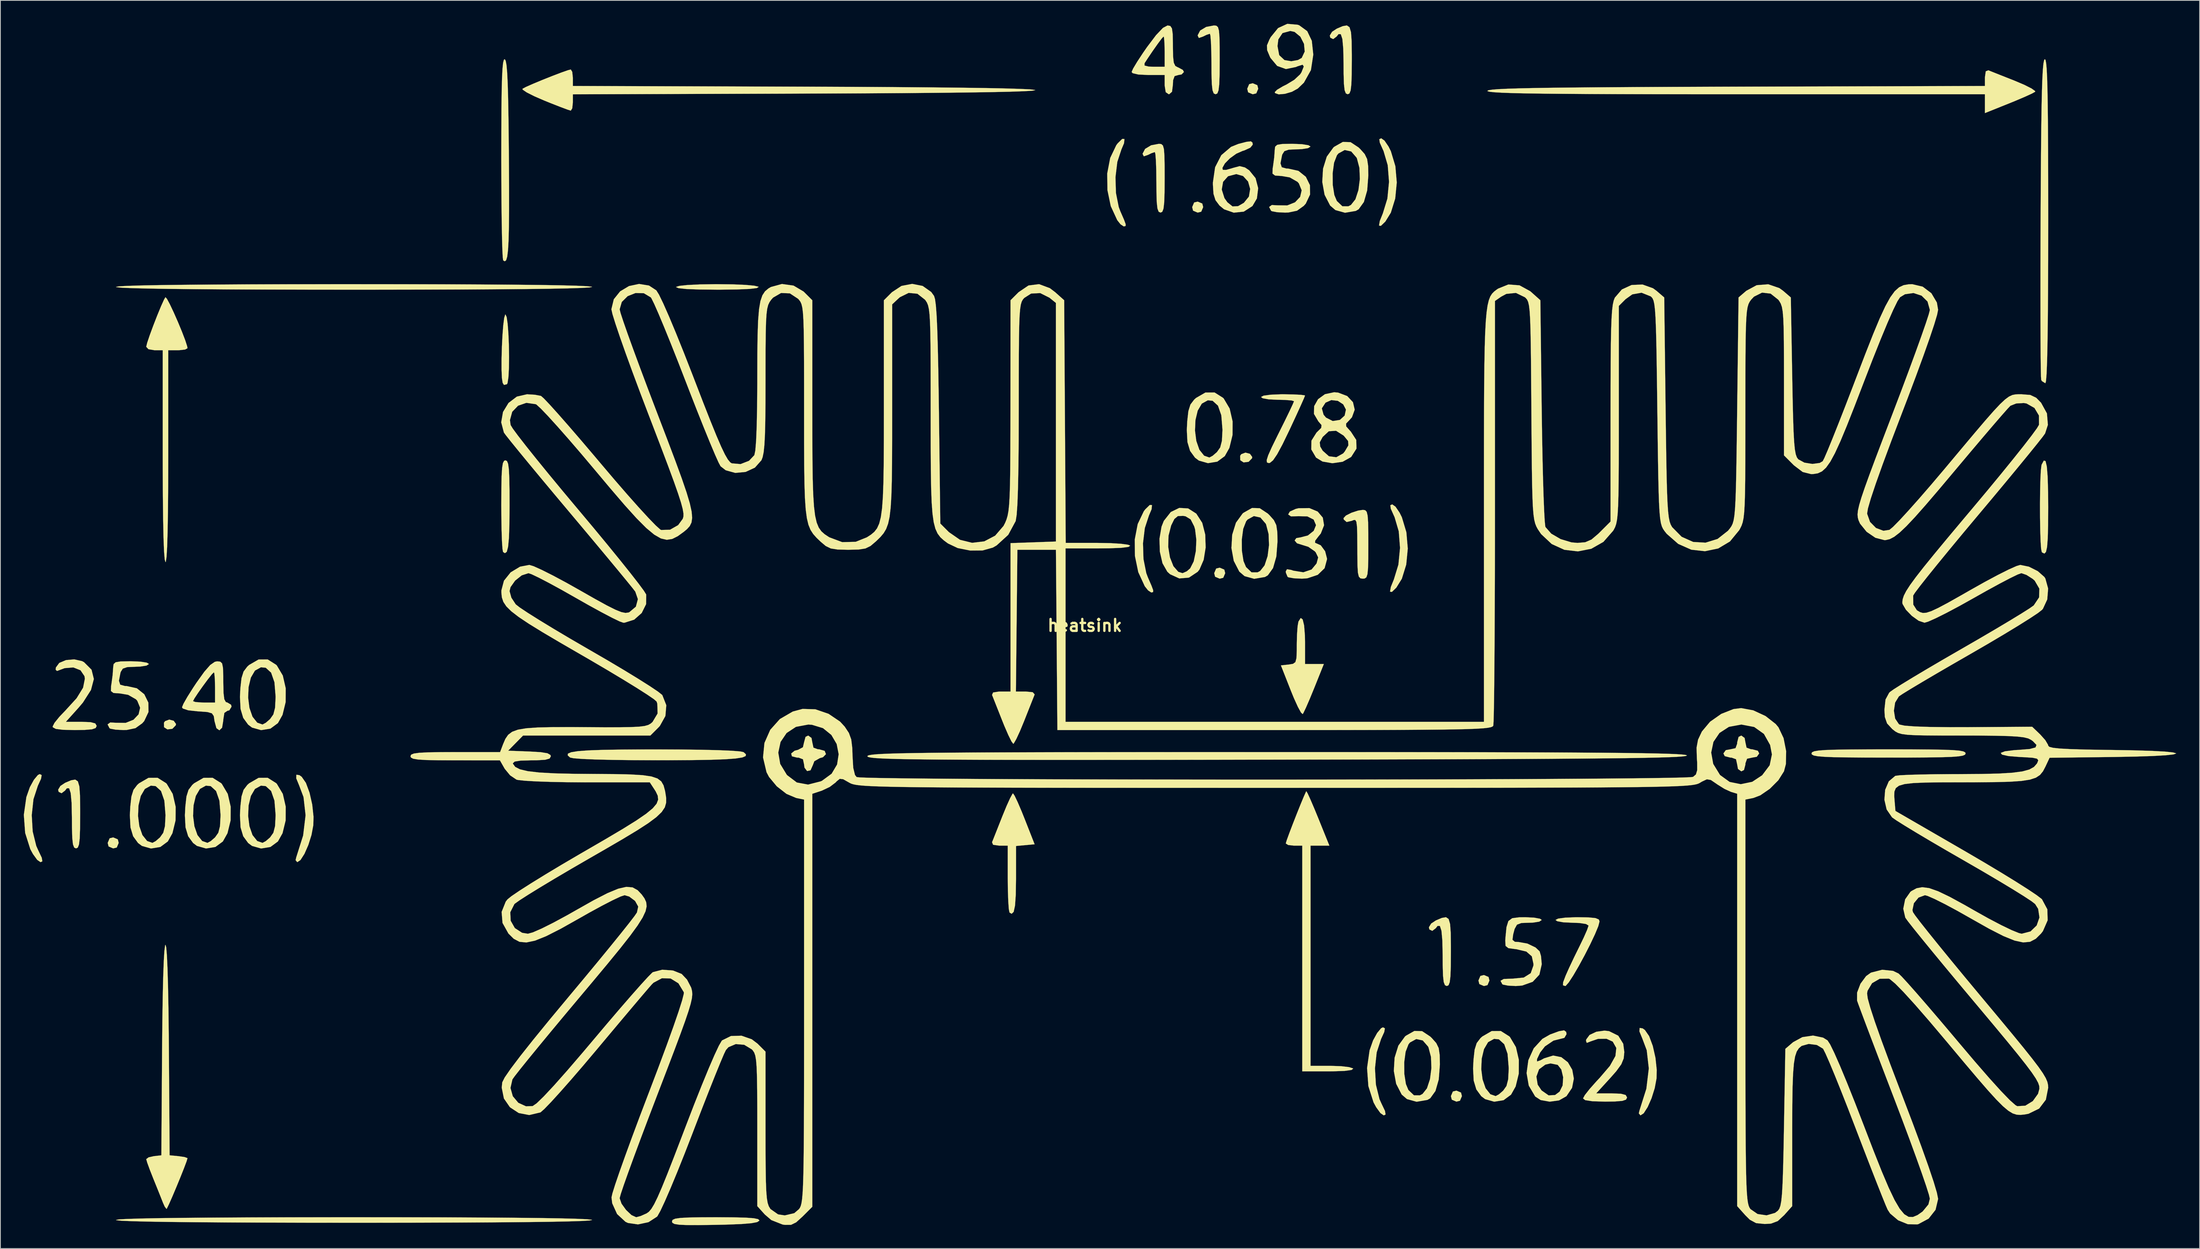
<source format=kicad_pcb>
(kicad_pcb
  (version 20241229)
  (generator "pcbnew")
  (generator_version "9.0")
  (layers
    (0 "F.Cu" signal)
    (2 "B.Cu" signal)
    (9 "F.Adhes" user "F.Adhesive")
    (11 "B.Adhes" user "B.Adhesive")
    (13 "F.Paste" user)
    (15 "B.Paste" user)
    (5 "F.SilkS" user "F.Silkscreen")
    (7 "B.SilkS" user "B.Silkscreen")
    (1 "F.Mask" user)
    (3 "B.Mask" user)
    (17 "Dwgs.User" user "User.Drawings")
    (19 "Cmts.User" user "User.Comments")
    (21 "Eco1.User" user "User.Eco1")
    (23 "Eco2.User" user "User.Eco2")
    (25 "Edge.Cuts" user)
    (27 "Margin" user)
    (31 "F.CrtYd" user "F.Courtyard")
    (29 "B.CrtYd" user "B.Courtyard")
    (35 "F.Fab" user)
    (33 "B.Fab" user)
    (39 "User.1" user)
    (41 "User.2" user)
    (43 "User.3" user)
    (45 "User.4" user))
  (footprint "heatsink"
    (layer "F.Cu")
    (at 135.988 77.118)
    (property "Reference" "heatsink" (at 0 0 0) (layer "F.SilkS") (effects (font (size 1.524 1.524) (thickness 0.3))))
    (attr through_hole)
    (fp_poly (pts (xy -123.941 27.413) (xy -123.825 27.869) (xy -124.074 28.459) (xy -124.531 28.575) (xy -125.12 28.326) (xy -125.236 27.869) (xy -124.987 27.28) (xy -124.531 27.164) (xy -123.941 27.413)) (stroke (width 0.01) (type solid)) (fill yes) (layer "F.SilkS"))
    (fp_poly (pts (xy 15.053 -54.078) (xy 15.169 -53.622) (xy 14.92 -53.033) (xy 14.464 -52.917) (xy 13.874 -53.166) (xy 13.758 -53.622) (xy 14.008 -54.212) (xy 14.464 -54.328) (xy 15.053 -54.078)) (stroke (width 0.01) (type solid)) (fill yes) (layer "F.SilkS"))
    (fp_poly (pts (xy 17.876 -7.159) (xy 17.992 -6.703) (xy 17.742 -6.113) (xy 17.286 -5.997) (xy 16.697 -6.247) (xy 16.581 -6.703) (xy 16.83 -7.292) (xy 17.286 -7.408) (xy 17.876 -7.159)) (stroke (width 0.01) (type solid)) (fill yes) (layer "F.SilkS"))
    (fp_poly (pts (xy 22.109 -69.248) (xy 22.225 -68.792) (xy 21.976 -68.202) (xy 21.519 -68.086) (xy 20.93 -68.336) (xy 20.814 -68.792) (xy 21.063 -69.381) (xy 21.519 -69.497) (xy 22.109 -69.248)) (stroke (width 0.01) (type solid)) (fill yes) (layer "F.SilkS"))
    (fp_poly (pts (xy 48.215 59.869) (xy 48.331 60.325) (xy 48.081 60.915) (xy 47.625 61.031) (xy 47.035 60.781) (xy 46.919 60.325) (xy 47.169 59.735) (xy 47.625 59.619) (xy 48.215 59.869)) (stroke (width 0.01) (type solid)) (fill yes) (layer "F.SilkS"))
    (fp_poly (pts (xy 51.742 45.052) (xy 51.858 45.508) (xy 51.609 46.098) (xy 51.153 46.214) (xy 50.563 45.964) (xy 50.447 45.508) (xy 50.697 44.919) (xy 51.153 44.803) (xy 51.742 45.052)) (stroke (width 0.01) (type solid)) (fill yes) (layer "F.SilkS"))
    (fp_poly (pts (xy -116.774 12.218) (xy -116.484 12.619) (xy -116.505 12.788) (xy -116.942 13.242) (xy -117.585 13.321) (xy -118.011 13.042) (xy -118.027 12.47) (xy -117.891 12.27) (xy -117.347 12.063) (xy -116.774 12.218)) (stroke (width 0.01) (type solid)) (fill yes) (layer "F.SilkS"))
    (fp_poly (pts (xy 21.162 -22.001) (xy 21.452 -21.6) (xy 21.431 -21.431) (xy 20.995 -20.978) (xy 20.351 -20.899) (xy 19.925 -21.178) (xy 19.909 -21.749) (xy 20.045 -21.95) (xy 20.589 -22.156) (xy 21.162 -22.001)) (stroke (width 0.01) (type solid)) (fill yes) (layer "F.SilkS"))
    (fp_poly (pts (xy -100.658 19.19) (xy -100.37 19.399) (xy -99.832 20.175) (xy -99.365 21.434) (xy -99.021 22.954) (xy -98.855 24.511) (xy -98.881 25.593) (xy -99.115 26.851) (xy -99.52 28.137) (xy -100.016 29.269) (xy -100.525 30.064) (xy -100.939 30.339) (xy -101.154 30.081) (xy -101.071 29.722) (xy -100.185 26.919) (xy -99.872 24.318) (xy -100.136 21.991) (xy -100.698 20.501) (xy -101.073 19.587) (xy -101.053 19.128) (xy -100.658 19.19)) (stroke (width 0.01) (type solid)) (fill yes) (layer "F.SilkS"))
    (fp_poly (pts (xy -74.104 -39.541) (xy -73.976 -38.671) (xy -73.879 -37.42) (xy -73.816 -35.948) (xy -73.792 -34.417) (xy -73.81 -32.988) (xy -73.874 -31.824) (xy -73.986 -31.084) (xy -74.06 -30.926) (xy -74.445 -30.829) (xy -74.613 -31.094) (xy -74.71 -31.708) (xy -74.755 -32.785) (xy -74.754 -34.161) (xy -74.713 -35.676) (xy -74.639 -37.165) (xy -74.539 -38.466) (xy -74.419 -39.417) (xy -74.285 -39.855) (xy -74.26 -39.866) (xy -74.104 -39.541)) (stroke (width 0.01) (type solid)) (fill yes) (layer "F.SilkS"))
    (fp_poly (pts (xy -45.092 -43.721) (xy -43.48 -43.653) (xy -42.359 -43.549) (xy -41.828 -43.415) (xy -41.804 -43.392) (xy -42.049 -43.244) (xy -42.977 -43.134) (xy -44.565 -43.066) (xy -46.79 -43.039) (xy -47.096 -43.039) (xy -49.396 -43.06) (xy -51.06 -43.124) (xy -52.067 -43.229) (xy -52.395 -43.372) (xy -52.388 -43.392) (xy -51.958 -43.53) (xy -50.923 -43.639) (xy -49.382 -43.713) (xy -47.434 -43.744) (xy -47.096 -43.744) (xy -45.092 -43.721)) (stroke (width 0.01) (type solid)) (fill yes) (layer "F.SilkS"))
    (fp_poly (pts (xy 38.407 -62.144) (xy 38.926 -61.384) (xy 39.223 -60.79) (xy 39.8 -58.871) (xy 39.981 -56.778) (xy 39.782 -54.721) (xy 39.221 -52.909) (xy 38.516 -51.77) (xy 37.945 -51.217) (xy 37.705 -51.257) (xy 37.807 -51.851) (xy 38.2 -52.828) (xy 38.78 -54.72) (xy 38.988 -56.866) (xy 38.823 -58.989) (xy 38.285 -60.814) (xy 38.219 -60.954) (xy 37.806 -61.875) (xy 37.742 -62.326) (xy 37.988 -62.442) (xy 38.407 -62.144)) (stroke (width 0.01) (type solid)) (fill yes) (layer "F.SilkS"))
    (fp_poly (pts (xy 39.818 -15.225) (xy 40.338 -14.464) (xy 40.634 -13.871) (xy 41.211 -11.951) (xy 41.392 -9.859) (xy 41.193 -7.802) (xy 40.632 -5.99) (xy 39.928 -4.851) (xy 39.356 -4.298) (xy 39.116 -4.337) (xy 39.218 -4.931) (xy 39.612 -5.909) (xy 40.191 -7.801) (xy 40.399 -9.946) (xy 40.234 -12.07) (xy 39.697 -13.895) (xy 39.63 -14.035) (xy 39.218 -14.955) (xy 39.153 -15.407) (xy 39.399 -15.522) (xy 39.818 -15.225)) (stroke (width 0.01) (type solid)) (fill yes) (layer "F.SilkS"))
    (fp_poly (pts (xy 71.498 51.646) (xy 71.785 51.854) (xy 72.323 52.631) (xy 72.791 53.89) (xy 73.135 55.409) (xy 73.301 56.966) (xy 73.275 58.049) (xy 73.041 59.306) (xy 72.636 60.593) (xy 72.139 61.725) (xy 71.631 62.519) (xy 71.216 62.794) (xy 71.001 62.536) (xy 71.084 62.177) (xy 71.971 59.375) (xy 72.284 56.774) (xy 72.019 54.446) (xy 71.458 52.956) (xy 71.083 52.042) (xy 71.103 51.584) (xy 71.498 51.646)) (stroke (width 0.01) (type solid)) (fill yes) (layer "F.SilkS"))
    (fp_poly (pts (xy -133.696 19.179) (xy -133.779 19.653) (xy -134.188 20.549) (xy -134.75 22.271) (xy -134.969 24.315) (xy -134.849 26.403) (xy -134.39 28.256) (xy -134.128 28.84) (xy -133.685 29.766) (xy -133.608 30.225) (xy -133.841 30.339) (xy -134.268 30.045) (xy -134.815 29.293) (xy -135.152 28.673) (xy -135.813 26.592) (xy -135.983 24.275) (xy -135.659 21.996) (xy -135.211 20.726) (xy -134.69 19.777) (xy -134.185 19.17) (xy -133.943 19.05) (xy -133.696 19.179)) (stroke (width 0.01) (type solid)) (fill yes) (layer "F.SilkS"))
    (fp_poly (pts (xy 38.459 51.635) (xy 38.376 52.109) (xy 37.968 53.005) (xy 37.406 54.726) (xy 37.186 56.771) (xy 37.307 58.859) (xy 37.765 60.712) (xy 38.027 61.295) (xy 38.47 62.221) (xy 38.547 62.68) (xy 38.315 62.794) (xy 37.888 62.501) (xy 37.341 61.749) (xy 37.004 61.129) (xy 36.342 59.048) (xy 36.173 56.731) (xy 36.497 54.451) (xy 36.944 53.181) (xy 37.466 52.233) (xy 37.971 51.625) (xy 38.212 51.506) (xy 38.459 51.635)) (stroke (width 0.01) (type solid)) (fill yes) (layer "F.SilkS"))
    (fp_poly (pts (xy 5.081 -62.35) (xy 5.027 -61.812) (xy 4.685 -61) (xy 4.162 -59.408) (xy 3.928 -57.458) (xy 3.988 -55.437) (xy 4.347 -53.632) (xy 4.55 -53.093) (xy 5.018 -52.02) (xy 5.232 -51.44) (xy 5.226 -51.202) (xy 5.034 -51.153) (xy 4.979 -51.153) (xy 4.576 -51.418) (xy 4.156 -51.947) (xy 3.323 -53.751) (xy 2.895 -55.816) (xy 2.872 -57.94) (xy 3.251 -59.92) (xy 4.032 -61.557) (xy 4.212 -61.796) (xy 4.796 -62.367) (xy 5.081 -62.35)) (stroke (width 0.01) (type solid)) (fill yes) (layer "F.SilkS"))
    (fp_poly (pts (xy 8.609 -15.43) (xy 8.555 -14.893) (xy 8.213 -14.08) (xy 7.69 -12.488) (xy 7.455 -10.538) (xy 7.516 -8.517) (xy 7.875 -6.713) (xy 8.078 -6.174) (xy 8.545 -5.101) (xy 8.76 -4.521) (xy 8.754 -4.282) (xy 8.562 -4.234) (xy 8.507 -4.233) (xy 8.104 -4.499) (xy 7.684 -5.027) (xy 6.851 -6.832) (xy 6.423 -8.897) (xy 6.399 -11.02) (xy 6.779 -13.001) (xy 7.559 -14.638) (xy 7.74 -14.877) (xy 8.324 -15.448) (xy 8.609 -15.43)) (stroke (width 0.01) (type solid)) (fill yes) (layer "F.SilkS"))
    (fp_poly (pts (xy -74.061 -21.074) (xy -73.918 -20.734) (xy -73.822 -20.052) (xy -73.764 -18.934) (xy -73.737 -17.286) (xy -73.731 -15.367) (xy -73.749 -12.981) (xy -73.808 -11.239) (xy -73.918 -10.079) (xy -74.086 -9.443) (xy -74.321 -9.267) (xy -74.563 -9.417) (xy -74.639 -9.829) (xy -74.704 -10.823) (xy -74.753 -12.277) (xy -74.783 -14.067) (xy -74.789 -15.405) (xy -74.78 -17.577) (xy -74.749 -19.139) (xy -74.686 -20.185) (xy -74.583 -20.808) (xy -74.432 -21.103) (xy -74.26 -21.167) (xy -74.061 -21.074)) (stroke (width 0.01) (type solid)) (fill yes) (layer "F.SilkS"))
    (fp_poly (pts (xy -45.033 75.86) (xy -43.451 75.901) (xy -42.421 75.977) (xy -41.866 76.094) (xy -41.709 76.258) (xy -41.716 76.288) (xy -41.996 76.474) (xy -42.743 76.615) (xy -44.022 76.72) (xy -45.899 76.794) (xy -47.389 76.826) (xy -49.503 76.855) (xy -51.009 76.851) (xy -52.006 76.805) (xy -52.59 76.711) (xy -52.861 76.56) (xy -52.917 76.385) (xy -52.829 76.181) (xy -52.5 76.035) (xy -51.836 75.938) (xy -50.74 75.88) (xy -49.115 75.853) (xy -47.243 75.847) (xy -45.033 75.86)) (stroke (width 0.01) (type solid)) (fill yes) (layer "F.SilkS"))
    (fp_poly (pts (xy 123.131 -21.071) (xy 123.294 -20.386) (xy 123.402 -19.061) (xy 123.46 -17.071) (xy 123.472 -15.169) (xy 123.46 -12.857) (xy 123.415 -11.177) (xy 123.328 -10.059) (xy 123.189 -9.429) (xy 122.987 -9.216) (xy 122.712 -9.348) (xy 122.649 -9.407) (xy 122.563 -9.831) (xy 122.496 -10.81) (xy 122.45 -12.193) (xy 122.424 -13.83) (xy 122.419 -15.571) (xy 122.436 -17.265) (xy 122.473 -18.762) (xy 122.532 -19.911) (xy 122.613 -20.562) (xy 122.628 -20.609) (xy 122.91 -21.137) (xy 123.131 -21.071)) (stroke (width 0.01) (type solid)) (fill yes) (layer "F.SilkS"))
    (fp_poly (pts (xy -35.029 14.418) (xy -34.925 14.993) (xy -34.779 15.664) (xy -34.206 15.871) (xy -34.043 15.875) (xy -33.345 16.072) (xy -33.178 16.494) (xy -33.564 16.89) (xy -33.955 16.997) (xy -34.668 17.399) (xy -34.861 17.903) (xy -35.154 18.563) (xy -35.595 18.662) (xy -35.932 18.219) (xy -35.983 17.815) (xy -36.123 17.151) (xy -36.681 16.939) (xy -36.895 16.933) (xy -37.542 16.769) (xy -37.634 16.41) (xy -37.199 16.057) (xy -36.749 15.939) (xy -36.131 15.61) (xy -35.983 14.969) (xy -35.795 14.278) (xy -35.454 14.111) (xy -35.029 14.418)) (stroke (width 0.01) (type solid)) (fill yes) (layer "F.SilkS"))
    (fp_poly (pts (xy 27.919 -0.777) (xy 28.105 -0.009) (xy 28.208 1.284) (xy 28.222 2.137) (xy 28.222 4.939) (xy 30.636 4.939) (xy 29.399 8.026) (xy 28.836 9.395) (xy 28.352 10.51) (xy 28.017 11.212) (xy 27.924 11.362) (xy 27.706 11.165) (xy 27.306 10.433) (xy 26.789 9.295) (xy 26.409 8.364) (xy 25.13 5.115) (xy 26.147 5.005) (xy 26.682 4.919) (xy 26.986 4.698) (xy 27.125 4.18) (xy 27.162 3.201) (xy 27.164 2.476) (xy 27.194 1.167) (xy 27.272 0.092) (xy 27.377 -0.498) (xy 27.67 -0.96) (xy 27.919 -0.777)) (stroke (width 0.01) (type solid)) (fill yes) (layer "F.SilkS"))
    (fp_poly (pts (xy -129.058 19.983) (xy -128.869 20.622) (xy -128.785 21.761) (xy -128.764 23.488) (xy -128.764 24.165) (xy -128.776 26.033) (xy -128.822 27.302) (xy -128.915 28.078) (xy -129.066 28.467) (xy -129.288 28.575) (xy -129.293 28.575) (xy -129.53 28.464) (xy -129.686 28.057) (xy -129.776 27.242) (xy -129.816 25.907) (xy -129.822 24.694) (xy -129.859 22.756) (xy -129.974 21.491) (xy -130.175 20.871) (xy -130.469 20.867) (xy -130.704 21.167) (xy -131.149 21.504) (xy -131.523 21.324) (xy -131.586 21.047) (xy -131.297 20.569) (xy -130.688 20.165) (xy -129.924 19.843) (xy -129.396 19.753) (xy -129.058 19.983)) (stroke (width 0.01) (type solid)) (fill yes) (layer "F.SilkS"))
    (fp_poly (pts (xy -8.996 21.827) (xy -8.602 22.653) (xy -8.086 23.859) (xy -7.715 24.784) (xy -6.433 28.046) (xy -8.819 28.265) (xy -8.819 32.456) (xy -8.849 34.507) (xy -8.946 35.906) (xy -9.119 36.704) (xy -9.378 36.955) (xy -9.652 36.797) (xy -9.74 36.375) (xy -9.812 35.395) (xy -9.861 34.004) (xy -9.878 32.397) (xy -9.878 28.222) (xy -10.974 28.222) (xy -11.759 28.11) (xy -11.891 27.781) (xy -11.687 27.269) (xy -11.294 26.279) (xy -10.785 24.991) (xy -10.563 24.43) (xy -10.031 23.137) (xy -9.578 22.139) (xy -9.275 21.585) (xy -9.205 21.52) (xy -8.996 21.827)) (stroke (width 0.01) (type solid)) (fill yes) (layer "F.SilkS"))
    (fp_poly (pts (xy 33.925 -76.678) (xy 34.114 -76.039) (xy 34.198 -74.9) (xy 34.219 -73.173) (xy 34.219 -72.496) (xy 34.207 -70.628) (xy 34.161 -69.359) (xy 34.069 -68.583) (xy 33.918 -68.194) (xy 33.695 -68.086) (xy 33.69 -68.086) (xy 33.453 -68.197) (xy 33.297 -68.604) (xy 33.207 -69.419) (xy 33.167 -70.754) (xy 33.161 -71.967) (xy 33.124 -73.905) (xy 33.009 -75.17) (xy 32.808 -75.79) (xy 32.515 -75.795) (xy 32.279 -75.494) (xy 31.834 -75.157) (xy 31.46 -75.337) (xy 31.397 -75.614) (xy 31.686 -76.092) (xy 32.296 -76.496) (xy 33.059 -76.818) (xy 33.588 -76.908) (xy 33.925 -76.678)) (stroke (width 0.01) (type solid)) (fill yes) (layer "F.SilkS"))
    (fp_poly (pts (xy 46.625 37.622) (xy 46.814 38.261) (xy 46.898 39.4) (xy 46.919 41.127) (xy 46.919 41.804) (xy 46.907 43.672) (xy 46.861 44.941) (xy 46.769 45.717) (xy 46.618 46.106) (xy 46.395 46.214) (xy 46.39 46.214) (xy 46.153 46.103) (xy 45.997 45.696) (xy 45.907 44.881) (xy 45.867 43.546) (xy 45.861 42.333) (xy 45.824 40.395) (xy 45.709 39.13) (xy 45.508 38.51) (xy 45.215 38.505) (xy 44.979 38.806) (xy 44.534 39.143) (xy 44.16 38.963) (xy 44.097 38.686) (xy 44.386 38.208) (xy 44.996 37.804) (xy 45.759 37.482) (xy 46.288 37.392) (xy 46.625 37.622)) (stroke (width 0.01) (type solid)) (fill yes) (layer "F.SilkS"))
    (fp_poly (pts (xy 84.563 14.418) (xy 84.667 14.993) (xy 84.812 15.664) (xy 85.386 15.871) (xy 85.549 15.875) (xy 86.258 16.059) (xy 86.431 16.404) (xy 86.124 16.83) (xy 85.549 16.933) (xy 84.877 17.079) (xy 84.67 17.653) (xy 84.667 17.815) (xy 84.483 18.525) (xy 84.138 18.697) (xy 83.712 18.391) (xy 83.608 17.815) (xy 83.463 17.144) (xy 82.889 16.937) (xy 82.726 16.933) (xy 82.017 16.749) (xy 81.844 16.404) (xy 82.151 15.979) (xy 82.726 15.875) (xy 83.398 15.729) (xy 83.605 15.156) (xy 83.608 14.993) (xy 83.792 14.284) (xy 84.138 14.111) (xy 84.563 14.418)) (stroke (width 0.01) (type solid)) (fill yes) (layer "F.SilkS"))
    (fp_poly (pts (xy -51.813 15.897) (xy -49.161 15.931) (xy -46.962 15.984) (xy -45.282 16.054) (xy -44.185 16.141) (xy -43.744 16.233) (xy -43.435 16.51) (xy -43.466 16.735) (xy -43.886 16.914) (xy -44.746 17.051) (xy -46.094 17.151) (xy -47.981 17.218) (xy -50.455 17.258) (xy -53.568 17.274) (xy -54.857 17.275) (xy -57.9 17.264) (xy -60.553 17.23) (xy -62.752 17.177) (xy -64.431 17.107) (xy -65.529 17.02) (xy -65.969 16.928) (xy -66.278 16.651) (xy -66.248 16.426) (xy -65.827 16.247) (xy -64.968 16.11) (xy -63.62 16.01) (xy -61.733 15.943) (xy -59.259 15.903) (xy -56.146 15.887) (xy -54.857 15.886) (xy -51.813 15.897)) (stroke (width 0.01) (type solid)) (fill yes) (layer "F.SilkS"))
    (fp_poly (pts (xy 9.804 -61.7) (xy 10.009 -61.517) (xy 10.135 -61.071) (xy 10.201 -60.247) (xy 10.227 -58.931) (xy 10.231 -57.326) (xy 10.218 -55.458) (xy 10.172 -54.19) (xy 10.08 -53.414) (xy 9.929 -53.025) (xy 9.706 -52.917) (xy 9.701 -52.917) (xy 9.465 -53.028) (xy 9.309 -53.435) (xy 9.218 -54.25) (xy 9.178 -55.585) (xy 9.172 -56.797) (xy 9.155 -58.357) (xy 9.109 -59.617) (xy 9.042 -60.435) (xy 8.973 -60.678) (xy 8.536 -60.53) (xy 8.091 -60.313) (xy 7.559 -60.13) (xy 7.409 -60.439) (xy 7.408 -60.477) (xy 7.721 -61.079) (xy 8.498 -61.547) (xy 9.5 -61.736) (xy 9.502 -61.736) (xy 9.804 -61.7)) (stroke (width 0.01) (type solid)) (fill yes) (layer "F.SilkS"))
    (fp_poly (pts (xy 16.86 -76.87) (xy 17.064 -76.687) (xy 17.19 -76.24) (xy 17.256 -75.417) (xy 17.282 -74.101) (xy 17.286 -72.496) (xy 17.274 -70.628) (xy 17.228 -69.359) (xy 17.135 -68.583) (xy 16.984 -68.194) (xy 16.762 -68.086) (xy 16.757 -68.086) (xy 16.52 -68.197) (xy 16.364 -68.604) (xy 16.274 -69.419) (xy 16.234 -70.754) (xy 16.228 -71.967) (xy 16.211 -73.526) (xy 16.165 -74.786) (xy 16.097 -75.605) (xy 16.028 -75.847) (xy 15.591 -75.699) (xy 15.146 -75.482) (xy 14.615 -75.3) (xy 14.464 -75.608) (xy 14.464 -75.646) (xy 14.777 -76.249) (xy 15.554 -76.717) (xy 16.556 -76.906) (xy 16.557 -76.906) (xy 16.86 -76.87)) (stroke (width 0.01) (type solid)) (fill yes) (layer "F.SilkS"))
    (fp_poly (pts (xy 28.548 21.506) (xy 28.912 22.297) (xy 29.421 23.486) (xy 29.913 24.682) (xy 31.344 28.222) (xy 28.928 28.222) (xy 28.928 56.444) (xy 31.553 56.444) (xy 32.85 56.489) (xy 33.854 56.606) (xy 34.373 56.771) (xy 34.396 56.797) (xy 34.178 56.975) (xy 33.299 57.093) (xy 31.801 57.147) (xy 31.242 57.15) (xy 27.869 57.15) (xy 27.869 28.222) (xy 26.811 28.222) (xy 26.068 28.14) (xy 25.753 27.941) (xy 25.753 27.938) (xy 25.875 27.529) (xy 26.196 26.645) (xy 26.646 25.465) (xy 27.155 24.165) (xy 27.653 22.924) (xy 28.071 21.917) (xy 28.338 21.324) (xy 28.387 21.243) (xy 28.548 21.506)) (stroke (width 0.01) (type solid)) (fill yes) (layer "F.SilkS"))
    (fp_poly (pts (xy 35.933 -14.773) (xy 36.127 -14.565) (xy 36.246 -14.08) (xy 36.309 -13.202) (xy 36.333 -11.817) (xy 36.336 -10.407) (xy 36.33 -8.577) (xy 36.298 -7.338) (xy 36.223 -6.575) (xy 36.087 -6.174) (xy 35.87 -6.02) (xy 35.631 -5.997) (xy 35.322 -6.042) (xy 35.12 -6.257) (xy 35.001 -6.763) (xy 34.944 -7.684) (xy 34.926 -9.14) (xy 34.925 -9.89) (xy 34.918 -11.583) (xy 34.884 -12.681) (xy 34.802 -13.293) (xy 34.652 -13.53) (xy 34.413 -13.503) (xy 34.266 -13.43) (xy 33.555 -13.258) (xy 33.182 -13.586) (xy 33.161 -13.761) (xy 33.46 -14.086) (xy 34.174 -14.448) (xy 35.03 -14.728) (xy 35.647 -14.817) (xy 35.933 -14.773)) (stroke (width 0.01) (type solid)) (fill yes) (layer "F.SilkS"))
    (fp_poly (pts (xy -74.225 -72.383) (xy -74.122 -71.835) (xy -74.037 -70.884) (xy -73.968 -69.476) (xy -73.912 -67.559) (xy -73.868 -65.076) (xy -73.832 -61.975) (xy -73.814 -59.789) (xy -73.794 -56.26) (xy -73.792 -53.382) (xy -73.812 -51.099) (xy -73.856 -49.355) (xy -73.928 -48.097) (xy -74.031 -47.268) (xy -74.168 -46.813) (xy -74.342 -46.677) (xy -74.548 -46.796) (xy -74.603 -47.192) (xy -74.654 -48.214) (xy -74.698 -49.78) (xy -74.736 -51.812) (xy -74.764 -54.228) (xy -74.783 -56.949) (xy -74.789 -59.884) (xy -74.784 -63.361) (xy -74.769 -66.188) (xy -74.74 -68.42) (xy -74.697 -70.111) (xy -74.638 -71.318) (xy -74.56 -72.095) (xy -74.462 -72.498) (xy -74.348 -72.584) (xy -74.225 -72.383)) (stroke (width 0.01) (type solid)) (fill yes) (layer "F.SilkS"))
    (fp_poly (pts (xy 105.944 15.879) (xy 108.244 15.894) (xy 109.986 15.924) (xy 111.243 15.973) (xy 112.088 16.044) (xy 112.595 16.142) (xy 112.837 16.271) (xy 112.889 16.404) (xy 112.811 16.561) (xy 112.53 16.685) (xy 111.972 16.778) (xy 111.063 16.845) (xy 109.729 16.89) (xy 107.898 16.918) (xy 105.497 16.931) (xy 103.011 16.933) (xy 100.078 16.929) (xy 97.778 16.914) (xy 96.036 16.884) (xy 94.779 16.835) (xy 93.934 16.764) (xy 93.427 16.666) (xy 93.185 16.537) (xy 93.133 16.404) (xy 93.211 16.247) (xy 93.492 16.124) (xy 94.05 16.03) (xy 94.96 15.963) (xy 96.293 15.918) (xy 98.124 15.891) (xy 100.526 15.878) (xy 103.011 15.875) (xy 105.944 15.879)) (stroke (width 0.01) (type solid)) (fill yes) (layer "F.SilkS"))
    (fp_poly (pts (xy 64.592 37.419) (xy 65.459 37.508) (xy 65.876 37.686) (xy 65.969 37.929) (xy 65.812 38.54) (xy 65.391 39.561) (xy 64.784 40.847) (xy 64.067 42.254) (xy 63.317 43.637) (xy 62.61 44.85) (xy 62.024 45.75) (xy 61.635 46.192) (xy 61.575 46.214) (xy 61.287 46.121) (xy 61.302 45.732) (xy 61.619 44.891) (xy 62.062 43.896) (xy 62.691 42.564) (xy 63.364 41.196) (xy 63.941 40.004) (xy 64.365 39.043) (xy 64.555 38.496) (xy 64.558 38.462) (xy 64.234 38.263) (xy 63.374 38.134) (xy 62.442 38.1) (xy 61.314 38.046) (xy 60.55 37.907) (xy 60.325 37.747) (xy 60.655 37.573) (xy 61.556 37.45) (xy 62.895 37.396) (xy 63.147 37.394) (xy 64.592 37.419)) (stroke (width 0.01) (type solid)) (fill yes) (layer "F.SilkS"))
    (fp_poly (pts (xy 26.711 -29.614) (xy 27.698 -29.564) (xy 28.194 -29.491) (xy 28.222 -29.468) (xy 28.081 -29.105) (xy 27.692 -28.228) (xy 27.114 -26.959) (xy 26.4 -25.422) (xy 26.23 -25.058) (xy 25.333 -23.207) (xy 24.648 -21.938) (xy 24.128 -21.174) (xy 23.725 -20.843) (xy 23.581 -20.814) (xy 23.344 -20.893) (xy 23.307 -21.194) (xy 23.503 -21.813) (xy 23.963 -22.847) (xy 24.719 -24.392) (xy 24.868 -24.689) (xy 25.613 -26.188) (xy 26.226 -27.448) (xy 26.645 -28.342) (xy 26.811 -28.74) (xy 26.811 -28.746) (xy 26.491 -28.842) (xy 25.657 -28.908) (xy 24.694 -28.928) (xy 23.567 -28.981) (xy 22.803 -29.121) (xy 22.578 -29.281) (xy 22.908 -29.455) (xy 23.809 -29.578) (xy 25.148 -29.632) (xy 25.4 -29.633) (xy 26.711 -29.614)) (stroke (width 0.01) (type solid)) (fill yes) (layer "F.SilkS"))
    (fp_poly (pts (xy -128.523 4.57) (xy -128.264 4.711) (xy -127.304 5.673) (xy -127.009 6.861) (xy -127.378 8.266) (xy -128.41 9.881) (xy -128.969 10.541) (xy -130.593 12.347) (xy -128.62 12.347) (xy -127.439 12.393) (xy -126.826 12.555) (xy -126.647 12.869) (xy -126.647 12.876) (xy -126.78 13.148) (xy -127.262 13.311) (xy -128.219 13.389) (xy -129.469 13.406) (xy -130.984 13.371) (xy -131.886 13.257) (xy -132.265 13.05) (xy -132.292 12.95) (xy -132.054 12.482) (xy -131.435 11.715) (xy -130.676 10.921) (xy -129.219 9.326) (xy -128.388 7.974) (xy -128.16 6.825) (xy -128.211 6.494) (xy -128.721 5.741) (xy -129.641 5.378) (xy -130.755 5.471) (xy -131.11 5.604) (xy -131.732 5.834) (xy -131.908 5.668) (xy -131.874 5.384) (xy -131.443 4.799) (xy -130.577 4.437) (xy -129.521 4.345) (xy -128.523 4.57)) (stroke (width 0.01) (type solid)) (fill yes) (layer "F.SilkS"))
    (fp_poly (pts (xy -117.641 -41.867) (xy -117.262 -41.16) (xy -116.769 -40.116) (xy -116.231 -38.896) (xy -115.719 -37.66) (xy -115.302 -36.57) (xy -115.049 -35.786) (xy -115.006 -35.535) (xy -115.316 -35.365) (xy -116.079 -35.28) (xy -116.24 -35.278) (xy -117.475 -35.278) (xy -117.475 -21.696) (xy -117.484 -17.842) (xy -117.511 -14.605) (xy -117.556 -12.003) (xy -117.617 -10.05) (xy -117.695 -8.764) (xy -117.789 -8.161) (xy -117.828 -8.114) (xy -117.928 -8.464) (xy -118.012 -9.503) (xy -118.08 -11.214) (xy -118.13 -13.582) (xy -118.164 -16.589) (xy -118.179 -20.22) (xy -118.181 -21.696) (xy -118.181 -35.278) (xy -119.239 -35.278) (xy -120.008 -35.407) (xy -120.299 -35.719) (xy -120.174 -36.235) (xy -119.847 -37.206) (xy -119.392 -38.438) (xy -118.886 -39.737) (xy -118.402 -40.91) (xy -118.017 -41.763) (xy -117.836 -42.077) (xy -117.641 -41.867)) (stroke (width 0.01) (type solid)) (fill yes) (layer "F.SilkS"))
    (fp_poly (pts (xy 67.195 52.001) (xy 68.368 52.581) (xy 69.006 53.612) (xy 69.144 54.677) (xy 69.065 55.491) (xy 68.758 56.243) (xy 68.116 57.128) (xy 67.345 58.004) (xy 65.546 59.972) (xy 67.522 59.972) (xy 68.704 60.018) (xy 69.318 60.18) (xy 69.497 60.493) (xy 69.497 60.501) (xy 69.364 60.773) (xy 68.882 60.936) (xy 67.925 61.014) (xy 66.675 61.031) (xy 65.065 60.984) (xy 64.132 60.842) (xy 63.853 60.62) (xy 64.083 60.193) (xy 64.698 59.411) (xy 65.583 58.413) (xy 65.969 58.004) (xy 67.295 56.453) (xy 68.006 55.183) (xy 68.118 54.153) (xy 67.663 53.34) (xy 66.861 52.974) (xy 65.773 52.986) (xy 64.856 53.299) (xy 64.334 53.504) (xy 64.234 53.239) (xy 64.262 53.063) (xy 64.692 52.483) (xy 65.563 52.073) (xy 66.612 51.928) (xy 67.195 52.001)) (stroke (width 0.01) (type solid)) (fill yes) (layer "F.SilkS"))
    (fp_poly (pts (xy -117.732 41.269) (xy -117.646 42.289) (xy -117.569 43.947) (xy -117.503 46.21) (xy -117.448 49.045) (xy -117.407 52.418) (xy -117.391 54.416) (xy -117.299 67.91) (xy -116.152 68.02) (xy -115.372 68.136) (xy -115.009 68.271) (xy -115.006 68.282) (xy -115.13 68.698) (xy -115.455 69.565) (xy -115.912 70.713) (xy -116.429 71.971) (xy -116.935 73.17) (xy -117.362 74.139) (xy -117.637 74.708) (xy -117.697 74.789) (xy -117.92 74.503) (xy -118.149 73.995) (xy -118.436 73.265) (xy -118.889 72.135) (xy -119.375 70.936) (xy -119.836 69.767) (xy -120.167 68.859) (xy -120.297 68.405) (xy -120.297 68.401) (xy -119.992 68.171) (xy -119.327 68.021) (xy -118.357 67.91) (xy -118.265 54.416) (xy -118.231 50.77) (xy -118.183 47.646) (xy -118.123 45.075) (xy -118.052 43.091) (xy -117.97 41.729) (xy -117.879 41.021) (xy -117.828 40.922) (xy -117.732 41.269)) (stroke (width 0.01) (type solid)) (fill yes) (layer "F.SilkS"))
    (fp_poly (pts (xy -87.58 -43.74) (xy -82.16 -43.728) (xy -77.408 -43.708) (xy -73.329 -43.68) (xy -69.928 -43.644) (xy -67.21 -43.6) (xy -65.18 -43.548) (xy -63.844 -43.488) (xy -63.206 -43.421) (xy -63.147 -43.392) (xy -63.499 -43.321) (xy -64.551 -43.259) (xy -66.299 -43.204) (xy -68.737 -43.157) (xy -71.86 -43.117) (xy -75.663 -43.086) (xy -80.142 -43.062) (xy -85.29 -43.047) (xy -91.103 -43.04) (xy -93.662 -43.039) (xy -99.745 -43.043) (xy -105.165 -43.055) (xy -109.917 -43.075) (xy -113.996 -43.104) (xy -117.397 -43.14) (xy -120.115 -43.184) (xy -122.145 -43.235) (xy -123.481 -43.295) (xy -124.119 -43.362) (xy -124.178 -43.392) (xy -123.826 -43.462) (xy -122.774 -43.525) (xy -121.026 -43.58) (xy -118.588 -43.627) (xy -115.465 -43.666) (xy -111.662 -43.697) (xy -107.183 -43.721) (xy -102.035 -43.736) (xy -96.222 -43.744) (xy -93.662 -43.744) (xy -87.58 -43.74)) (stroke (width 0.01) (type solid)) (fill yes) (layer "F.SilkS"))
    (fp_poly (pts (xy -87.58 75.851) (xy -82.16 75.863) (xy -77.408 75.884) (xy -73.329 75.912) (xy -69.928 75.948) (xy -67.21 75.992) (xy -65.18 76.044) (xy -63.844 76.103) (xy -63.206 76.17) (xy -63.147 76.2) (xy -63.499 76.27) (xy -64.551 76.333) (xy -66.299 76.388) (xy -68.737 76.435) (xy -71.86 76.474) (xy -75.663 76.506) (xy -80.142 76.529) (xy -85.29 76.545) (xy -91.103 76.552) (xy -93.662 76.553) (xy -99.745 76.549) (xy -105.165 76.537) (xy -109.917 76.516) (xy -113.996 76.488) (xy -117.397 76.452) (xy -120.115 76.408) (xy -122.145 76.356) (xy -123.481 76.297) (xy -124.119 76.23) (xy -124.178 76.2) (xy -123.826 76.13) (xy -122.774 76.067) (xy -121.026 76.012) (xy -118.588 75.965) (xy -115.465 75.926) (xy -111.662 75.894) (xy -107.183 75.871) (xy -102.035 75.855) (xy -96.222 75.848) (xy -93.662 75.847) (xy -87.58 75.851)) (stroke (width 0.01) (type solid)) (fill yes) (layer "F.SilkS"))
    (fp_poly (pts (xy 123.127 -72.484) (xy 123.208 -72.084) (xy 123.277 -71.342) (xy 123.334 -70.212) (xy 123.379 -68.651) (xy 123.414 -66.614) (xy 123.44 -64.057) (xy 123.458 -60.936) (xy 123.468 -57.206) (xy 123.472 -52.824) (xy 123.472 -51.888) (xy 123.467 -46.886) (xy 123.449 -42.583) (xy 123.421 -38.971) (xy 123.38 -36.044) (xy 123.328 -33.795) (xy 123.263 -32.218) (xy 123.187 -31.304) (xy 123.108 -31.044) (xy 122.664 -31.322) (xy 122.576 -31.485) (xy 122.546 -31.91) (xy 122.522 -32.977) (xy 122.502 -34.62) (xy 122.488 -36.777) (xy 122.479 -39.382) (xy 122.476 -42.373) (xy 122.478 -45.684) (xy 122.487 -49.251) (xy 122.499 -52.182) (xy 122.522 -56.666) (xy 122.549 -60.489) (xy 122.582 -63.695) (xy 122.621 -66.329) (xy 122.667 -68.434) (xy 122.722 -70.055) (xy 122.786 -71.237) (xy 122.861 -72.023) (xy 122.949 -72.458) (xy 123.031 -72.584) (xy 123.127 -72.484)) (stroke (width 0.01) (type solid)) (fill yes) (layer "F.SilkS"))
    (fp_poly (pts (xy 13.247 -14.998) (xy 14.286 -14.334) (xy 15.048 -13.152) (xy 15.432 -11.654) (xy 15.486 -9.992) (xy 15.231 -8.414) (xy 14.693 -7.168) (xy 14.468 -6.884) (xy 13.347 -6.135) (xy 12.108 -6.029) (xy 10.927 -6.566) (xy 10.573 -6.891) (xy 9.955 -7.975) (xy 9.614 -9.466) (xy 9.597 -10.077) (xy 10.686 -10.077) (xy 10.91 -8.719) (xy 11.354 -7.595) (xy 11.979 -6.876) (xy 12.524 -6.703) (xy 13.071 -6.942) (xy 13.504 -7.322) (xy 13.955 -8.209) (xy 14.227 -9.518) (xy 14.294 -10.978) (xy 14.131 -12.323) (xy 14.02 -12.7) (xy 13.561 -13.6) (xy 12.911 -13.993) (xy 12.604 -14.047) (xy 11.928 -14.024) (xy 11.475 -13.647) (xy 11.065 -12.818) (xy 10.725 -11.5) (xy 10.686 -10.077) (xy 9.597 -10.077) (xy 9.567 -11.112) (xy 9.831 -12.663) (xy 10.123 -13.402) (xy 11.018 -14.539) (xy 12.108 -15.069) (xy 13.247 -14.998)) (stroke (width 0.01) (type solid)) (fill yes) (layer "F.SilkS"))
    (fp_poly (pts (xy -117.753 20.212) (xy -117.662 20.307) (xy -116.903 21.588) (xy -116.527 23.228) (xy -116.538 24.988) (xy -116.94 26.632) (xy -117.53 27.683) (xy -118.49 28.39) (xy -119.684 28.586) (xy -120.849 28.255) (xy -121.347 27.878) (xy -121.977 27.012) (xy -122.315 25.883) (xy -122.391 24.413) (xy -121.347 24.413) (xy -121.179 25.736) (xy -120.788 26.864) (xy -120.18 27.627) (xy -119.503 27.864) (xy -119.086 27.643) (xy -118.533 27.164) (xy -118.114 26.572) (xy -117.896 25.727) (xy -117.828 24.417) (xy -117.828 24.244) (xy -117.974 22.447) (xy -118.4 21.216) (xy -119.087 20.59) (xy -119.705 20.529) (xy -120.472 20.952) (xy -120.998 21.853) (xy -121.288 23.063) (xy -121.347 24.413) (xy -122.391 24.413) (xy -122.396 24.33) (xy -122.341 23.217) (xy -122.195 21.914) (xy -121.931 21.071) (xy -121.458 20.447) (xy -121.221 20.232) (xy -120.009 19.531) (xy -118.838 19.525) (xy -117.753 20.212)) (stroke (width 0.01) (type solid)) (fill yes) (layer "F.SilkS"))
    (fp_poly (pts (xy -110.697 20.212) (xy -110.606 20.307) (xy -109.848 21.588) (xy -109.472 23.228) (xy -109.483 24.988) (xy -109.884 26.632) (xy -110.474 27.683) (xy -111.434 28.39) (xy -112.629 28.586) (xy -113.793 28.255) (xy -114.291 27.878) (xy -114.922 27.012) (xy -115.26 25.883) (xy -115.336 24.413) (xy -114.292 24.413) (xy -114.123 25.736) (xy -113.733 26.864) (xy -113.124 27.627) (xy -112.448 27.864) (xy -112.03 27.643) (xy -111.478 27.164) (xy -111.059 26.572) (xy -110.841 25.727) (xy -110.773 24.417) (xy -110.772 24.244) (xy -110.918 22.447) (xy -111.345 21.216) (xy -112.032 20.59) (xy -112.65 20.529) (xy -113.417 20.952) (xy -113.943 21.853) (xy -114.233 23.063) (xy -114.292 24.413) (xy -115.336 24.413) (xy -115.34 24.33) (xy -115.285 23.217) (xy -115.14 21.914) (xy -114.876 21.071) (xy -114.402 20.447) (xy -114.166 20.232) (xy -112.953 19.531) (xy -111.782 19.525) (xy -110.697 20.212)) (stroke (width 0.01) (type solid)) (fill yes) (layer "F.SilkS"))
    (fp_poly (pts (xy -103.642 5.043) (xy -103.551 5.137) (xy -102.792 6.419) (xy -102.416 8.058) (xy -102.427 9.819) (xy -102.829 11.462) (xy -103.419 12.513) (xy -104.379 13.221) (xy -105.573 13.416) (xy -106.737 13.086) (xy -107.235 12.709) (xy -107.866 11.843) (xy -108.204 10.714) (xy -108.28 9.244) (xy -107.236 9.244) (xy -107.068 10.567) (xy -106.677 11.694) (xy -106.069 12.458) (xy -105.392 12.695) (xy -104.975 12.474) (xy -104.422 11.994) (xy -104.003 11.402) (xy -103.785 10.557) (xy -103.717 9.248) (xy -103.717 9.074) (xy -103.863 7.277) (xy -104.289 6.047) (xy -104.976 5.42) (xy -105.594 5.36) (xy -106.361 5.783) (xy -106.887 6.683) (xy -107.177 7.893) (xy -107.236 9.244) (xy -108.28 9.244) (xy -108.285 9.161) (xy -108.23 8.048) (xy -108.084 6.744) (xy -107.82 5.902) (xy -107.347 5.278) (xy -107.11 5.062) (xy -105.897 4.361) (xy -104.727 4.355) (xy -103.642 5.043)) (stroke (width 0.01) (type solid)) (fill yes) (layer "F.SilkS"))
    (fp_poly (pts (xy -103.642 20.212) (xy -103.551 20.307) (xy -102.792 21.588) (xy -102.416 23.228) (xy -102.427 24.988) (xy -102.829 26.632) (xy -103.419 27.683) (xy -104.379 28.39) (xy -105.573 28.586) (xy -106.737 28.255) (xy -107.235 27.878) (xy -107.866 27.012) (xy -108.204 25.883) (xy -108.28 24.413) (xy -107.236 24.413) (xy -107.068 25.736) (xy -106.677 26.864) (xy -106.069 27.627) (xy -105.392 27.864) (xy -104.975 27.643) (xy -104.422 27.164) (xy -104.003 26.572) (xy -103.785 25.727) (xy -103.717 24.417) (xy -103.717 24.244) (xy -103.863 22.447) (xy -104.289 21.216) (xy -104.976 20.59) (xy -105.594 20.529) (xy -106.361 20.952) (xy -106.887 21.853) (xy -107.177 23.063) (xy -107.236 24.413) (xy -108.28 24.413) (xy -108.285 24.33) (xy -108.23 23.217) (xy -108.084 21.914) (xy -107.82 21.071) (xy -107.347 20.447) (xy -107.11 20.232) (xy -105.897 19.531) (xy -104.727 19.525) (xy -103.642 20.212)) (stroke (width 0.01) (type solid)) (fill yes) (layer "F.SilkS"))
    (fp_poly (pts (xy 17.714 -29.177) (xy 17.805 -29.082) (xy 18.563 -27.801) (xy 18.939 -26.161) (xy 18.928 -24.401) (xy 18.527 -22.757) (xy 17.937 -21.706) (xy 16.977 -20.999) (xy 15.782 -20.803) (xy 14.618 -21.134) (xy 14.12 -21.51) (xy 13.489 -22.377) (xy 13.151 -23.506) (xy 13.075 -24.976) (xy 14.12 -24.976) (xy 14.288 -23.653) (xy 14.679 -22.525) (xy 15.287 -21.762) (xy 15.963 -21.525) (xy 16.381 -21.746) (xy 16.933 -22.225) (xy 17.352 -22.817) (xy 17.57 -23.662) (xy 17.638 -24.972) (xy 17.639 -25.145) (xy 17.493 -26.942) (xy 17.066 -28.173) (xy 16.379 -28.799) (xy 15.762 -28.86) (xy 14.995 -28.437) (xy 14.468 -27.536) (xy 14.178 -26.326) (xy 14.12 -24.976) (xy 13.075 -24.976) (xy 13.071 -25.059) (xy 13.126 -26.172) (xy 13.271 -27.475) (xy 13.535 -28.318) (xy 14.009 -28.942) (xy 14.245 -29.157) (xy 15.458 -29.858) (xy 16.629 -29.864) (xy 17.714 -29.177)) (stroke (width 0.01) (type solid)) (fill yes) (layer "F.SilkS"))
    (fp_poly (pts (xy 22.415 -15.029) (xy 23.449 -14.344) (xy 23.663 -14.138) (xy 24.228 -13.502) (xy 24.539 -12.863) (xy 24.669 -11.98) (xy 24.694 -10.769) (xy 24.546 -8.835) (xy 24.123 -7.359) (xy 23.457 -6.43) (xy 23.091 -6.216) (xy 21.705 -5.981) (xy 20.477 -6.322) (xy 19.799 -6.904) (xy 19.089 -8.282) (xy 18.79 -9.928) (xy 18.855 -11.033) (xy 20.12 -11.033) (xy 20.132 -9.562) (xy 20.336 -8.254) (xy 20.658 -7.487) (xy 21.368 -6.81) (xy 22.135 -6.807) (xy 22.468 -6.98) (xy 23.038 -7.701) (xy 23.427 -8.884) (xy 23.607 -10.303) (xy 23.552 -11.729) (xy 23.236 -12.938) (xy 23.181 -13.053) (xy 22.499 -13.838) (xy 21.663 -14.021) (xy 20.861 -13.58) (xy 20.672 -13.347) (xy 20.3 -12.388) (xy 20.12 -11.033) (xy 18.855 -11.033) (xy 18.889 -11.63) (xy 19.369 -13.172) (xy 20.216 -14.34) (xy 20.341 -14.445) (xy 21.426 -15.058) (xy 22.415 -15.029)) (stroke (width 0.01) (type solid)) (fill yes) (layer "F.SilkS"))
    (fp_poly (pts (xy 34.056 -61.948) (xy 35.091 -61.263) (xy 35.305 -61.058) (xy 35.87 -60.421) (xy 36.18 -59.782) (xy 36.311 -58.899) (xy 36.336 -57.689) (xy 36.188 -55.755) (xy 35.765 -54.278) (xy 35.098 -53.349) (xy 34.733 -53.136) (xy 33.346 -52.9) (xy 32.119 -53.242) (xy 31.441 -53.823) (xy 30.73 -55.201) (xy 30.432 -56.848) (xy 30.496 -57.953) (xy 31.761 -57.953) (xy 31.773 -56.481) (xy 31.978 -55.173) (xy 32.299 -54.406) (xy 33.01 -53.729) (xy 33.776 -53.726) (xy 34.109 -53.899) (xy 34.68 -54.621) (xy 35.068 -55.804) (xy 35.249 -57.222) (xy 35.194 -58.649) (xy 34.877 -59.857) (xy 34.823 -59.972) (xy 34.14 -60.758) (xy 33.305 -60.941) (xy 32.503 -60.499) (xy 32.313 -60.267) (xy 31.942 -59.308) (xy 31.761 -57.953) (xy 30.496 -57.953) (xy 30.531 -58.549) (xy 31.011 -60.091) (xy 31.857 -61.26) (xy 31.982 -61.364) (xy 33.068 -61.977) (xy 34.056 -61.948)) (stroke (width 0.01) (type solid)) (fill yes) (layer "F.SilkS"))
    (fp_poly (pts (xy 43.229 51.999) (xy 44.263 52.684) (xy 44.477 52.89) (xy 45.042 53.526) (xy 45.352 54.165) (xy 45.483 55.048) (xy 45.508 56.258) (xy 45.36 58.193) (xy 44.937 59.669) (xy 44.271 60.598) (xy 43.905 60.811) (xy 42.519 61.047) (xy 41.291 60.705) (xy 40.613 60.124) (xy 39.903 58.746) (xy 39.604 57.1) (xy 39.668 55.994) (xy 40.934 55.994) (xy 40.946 57.466) (xy 41.15 58.774) (xy 41.471 59.541) (xy 42.182 60.218) (xy 42.949 60.221) (xy 43.281 60.048) (xy 43.852 59.326) (xy 44.241 58.143) (xy 44.421 56.725) (xy 44.366 55.299) (xy 44.049 54.09) (xy 43.995 53.975) (xy 43.312 53.189) (xy 42.477 53.007) (xy 41.675 53.448) (xy 41.485 53.681) (xy 41.114 54.639) (xy 40.934 55.994) (xy 39.668 55.994) (xy 39.703 55.398) (xy 40.183 53.856) (xy 41.03 52.688) (xy 41.155 52.583) (xy 42.24 51.97) (xy 43.229 51.999)) (stroke (width 0.01) (type solid)) (fill yes) (layer "F.SilkS"))
    (fp_poly (pts (xy 54.403 52.668) (xy 54.494 52.762) (xy 55.252 54.044) (xy 55.628 55.683) (xy 55.617 57.444) (xy 55.216 59.087) (xy 54.626 60.138) (xy 53.666 60.846) (xy 52.471 61.041) (xy 51.307 60.711) (xy 50.809 60.334) (xy 50.178 59.468) (xy 49.84 58.339) (xy 49.764 56.869) (xy 50.808 56.869) (xy 50.977 58.192) (xy 51.367 59.319) (xy 51.976 60.083) (xy 52.652 60.32) (xy 53.07 60.099) (xy 53.622 59.619) (xy 54.041 59.027) (xy 54.259 58.182) (xy 54.327 56.873) (xy 54.328 56.699) (xy 54.182 54.902) (xy 53.755 53.672) (xy 53.068 53.045) (xy 52.45 52.985) (xy 51.683 53.408) (xy 51.157 54.308) (xy 50.867 55.518) (xy 50.808 56.869) (xy 49.764 56.869) (xy 49.76 56.786) (xy 49.815 55.673) (xy 49.96 54.369) (xy 50.224 53.527) (xy 50.698 52.903) (xy 50.934 52.687) (xy 52.147 51.986) (xy 53.318 51.98) (xy 54.403 52.668)) (stroke (width 0.01) (type solid)) (fill yes) (layer "F.SilkS"))
    (fp_poly (pts (xy -65.695 -70.955) (xy -65.617 -70.215) (xy -65.617 -70.205) (xy -65.617 -69.148) (xy -35.983 -69.058) (xy -30.03 -69.036) (xy -24.727 -69.007) (xy -20.082 -68.972) (xy -16.1 -68.931) (xy -12.789 -68.884) (xy -10.155 -68.831) (xy -8.205 -68.772) (xy -6.945 -68.708) (xy -6.382 -68.638) (xy -6.35 -68.615) (xy -6.702 -68.543) (xy -7.752 -68.477) (xy -9.495 -68.416) (xy -11.924 -68.362) (xy -15.031 -68.313) (xy -18.812 -68.27) (xy -23.258 -68.233) (xy -28.363 -68.203) (xy -34.121 -68.178) (xy -35.983 -68.172) (xy -65.617 -68.082) (xy -65.617 -67.026) (xy -65.693 -66.289) (xy -65.878 -65.986) (xy -65.881 -65.986) (xy -66.304 -66.119) (xy -67.221 -66.461) (xy -68.474 -66.952) (xy -69.257 -67.268) (xy -70.557 -67.832) (xy -71.528 -68.322) (xy -72.043 -68.671) (xy -72.079 -68.784) (xy -71.636 -69.021) (xy -70.728 -69.423) (xy -69.545 -69.915) (xy -68.277 -70.421) (xy -67.115 -70.864) (xy -66.247 -71.169) (xy -65.881 -71.263) (xy -65.695 -70.955)) (stroke (width 0.01) (type solid)) (fill yes) (layer "F.SilkS"))
    (fp_poly (pts (xy 116.311 -70.954) (xy 117.301 -70.561) (xy 118.591 -70.051) (xy 119.162 -69.826) (xy 120.42 -69.291) (xy 121.341 -68.825) (xy 121.795 -68.498) (xy 121.808 -68.41) (xy 121.377 -68.17) (xy 120.45 -67.747) (xy 119.188 -67.211) (xy 118.445 -66.909) (xy 115.358 -65.672) (xy 115.358 -68.086) (xy 83.403 -68.086) (xy 77.735 -68.088) (xy 72.738 -68.094) (xy 68.373 -68.104) (xy 64.606 -68.118) (xy 61.4 -68.139) (xy 58.718 -68.165) (xy 56.526 -68.197) (xy 54.787 -68.237) (xy 53.464 -68.284) (xy 52.521 -68.338) (xy 51.923 -68.401) (xy 51.633 -68.473) (xy 51.594 -68.527) (xy 51.756 -68.606) (xy 52.211 -68.677) (xy 52.994 -68.74) (xy 54.142 -68.795) (xy 55.69 -68.844) (xy 57.675 -68.887) (xy 60.133 -68.924) (xy 63.099 -68.957) (xy 66.61 -68.985) (xy 70.701 -69.009) (xy 75.409 -69.031) (xy 80.769 -69.05) (xy 83.55 -69.058) (xy 115.358 -69.148) (xy 115.358 -70.242) (xy 115.47 -71.027) (xy 115.799 -71.158) (xy 116.311 -70.954)) (stroke (width 0.01) (type solid)) (fill yes) (layer "F.SilkS"))
    (fp_poly (pts (xy 61.697 52.096) (xy 61.736 52.388) (xy 61.462 52.855) (xy 61.224 52.917) (xy 60.065 53.209) (xy 58.971 53.949) (xy 58.358 54.732) (xy 57.956 55.576) (xy 57.958 55.884) (xy 58.413 55.73) (xy 58.861 55.482) (xy 60.027 55.122) (xy 61.069 55.335) (xy 61.91 55.987) (xy 62.472 56.948) (xy 62.676 58.085) (xy 62.445 59.267) (xy 61.727 60.334) (xy 60.779 60.871) (xy 59.578 61.037) (xy 58.425 60.829) (xy 57.723 60.374) (xy 56.899 58.98) (xy 56.698 57.818) (xy 57.876 57.818) (xy 58.039 58.855) (xy 58.54 59.599) (xy 59.442 60.23) (xy 60.267 60.184) (xy 60.848 59.752) (xy 61.24 58.957) (xy 61.307 57.906) (xy 61.071 56.912) (xy 60.608 56.317) (xy 59.683 56.131) (xy 59.021 56.288) (xy 58.214 56.888) (xy 57.876 57.818) (xy 56.698 57.818) (xy 56.62 57.37) (xy 56.846 55.719) (xy 57.533 54.201) (xy 58.641 52.99) (xy 59.633 52.423) (xy 60.78 52.003) (xy 61.425 51.895) (xy 61.697 52.096)) (stroke (width 0.01) (type solid)) (fill yes) (layer "F.SilkS"))
    (fp_poly (pts (xy 57.586 37.449) (xy 58.343 37.59) (xy 58.561 37.747) (xy 58.246 37.959) (xy 57.45 38.085) (xy 56.994 38.1) (xy 55.95 38.136) (xy 55.387 38.349) (xy 55.084 38.899) (xy 54.899 39.599) (xy 54.809 40.293) (xy 55.113 40.543) (xy 55.579 40.569) (xy 56.722 40.772) (xy 57.77 41.277) (xy 58.291 41.769) (xy 58.465 42.36) (xy 58.553 43.301) (xy 58.556 43.454) (xy 58.26 44.753) (xy 57.405 45.67) (xy 56.053 46.152) (xy 55.221 46.214) (xy 54.246 46.162) (xy 53.6 46.033) (xy 53.505 45.979) (xy 53.278 45.542) (xy 53.693 45.309) (xy 54.77 45.268) (xy 54.805 45.269) (xy 56.257 45.129) (xy 57.149 44.569) (xy 57.497 43.579) (xy 57.503 43.392) (xy 57.288 42.404) (xy 56.586 41.794) (xy 55.311 41.494) (xy 55.162 41.479) (xy 54.29 41.361) (xy 53.927 41.073) (xy 53.885 40.388) (xy 53.912 39.993) (xy 54.043 38.663) (xy 54.284 37.887) (xy 54.782 37.517) (xy 55.684 37.403) (xy 56.468 37.394) (xy 57.586 37.449)) (stroke (width 0.01) (type solid)) (fill yes) (layer "F.SilkS"))
    (fp_poly (pts (xy -121.039 4.636) (xy -120.219 4.768) (xy -119.944 4.939) (xy -120.261 5.142) (xy -121.07 5.27) (xy -121.667 5.292) (xy -122.73 5.337) (xy -123.294 5.527) (xy -123.561 5.946) (xy -123.603 6.085) (xy -123.796 7.085) (xy -123.632 7.592) (xy -123.04 7.756) (xy -122.814 7.761) (xy -121.5 8.053) (xy -120.547 8.816) (xy -120.025 9.882) (xy -120.004 11.083) (xy -120.555 12.252) (xy -120.81 12.54) (xy -121.68 13.162) (xy -122.794 13.394) (xy -123.221 13.406) (xy -124.216 13.356) (xy -124.886 13.232) (xy -125.001 13.17) (xy -125.251 12.683) (xy -124.907 12.432) (xy -124.176 12.471) (xy -122.933 12.486) (xy -121.931 12.086) (xy -121.277 11.397) (xy -121.077 10.545) (xy -121.441 9.657) (xy -121.617 9.459) (xy -122.612 8.89) (xy -123.639 8.715) (xy -124.494 8.654) (xy -124.821 8.402) (xy -124.798 7.752) (xy -124.745 7.426) (xy -124.601 6.334) (xy -124.535 5.411) (xy -124.534 5.38) (xy -124.479 4.952) (xy -124.213 4.714) (xy -123.576 4.61) (xy -122.412 4.586) (xy -122.237 4.586) (xy -121.039 4.636)) (stroke (width 0.01) (type solid)) (fill yes) (layer "F.SilkS"))
    (fp_poly (pts (xy 27.279 -76.996) (xy 27.489 -76.917) (xy 28.502 -76.176) (xy 29.091 -74.941) (xy 29.281 -73.167) (xy 28.979 -71.186) (xy 28.079 -69.573) (xy 27.3 -68.823) (xy 26.538 -68.403) (xy 25.643 -68.141) (xy 24.848 -68.073) (xy 24.383 -68.236) (xy 24.342 -68.36) (xy 24.633 -68.657) (xy 25.371 -69.098) (xy 25.841 -69.33) (xy 26.848 -69.94) (xy 27.602 -70.647) (xy 27.764 -70.897) (xy 28.063 -71.646) (xy 27.913 -71.879) (xy 27.242 -71.664) (xy 27.059 -71.582) (xy 25.773 -71.318) (xy 24.653 -71.719) (xy 23.793 -72.748) (xy 23.725 -72.883) (xy 23.368 -73.731) (xy 23.345 -74.26) (xy 24.694 -74.26) (xy 24.912 -73.099) (xy 25.587 -72.467) (xy 26.458 -72.319) (xy 27.319 -72.473) (xy 27.799 -72.743) (xy 28.183 -73.562) (xy 28.09 -74.549) (xy 27.623 -75.467) (xy 26.881 -76.079) (xy 26.332 -76.2) (xy 25.339 -75.93) (xy 24.801 -75.121) (xy 24.694 -74.26) (xy 23.345 -74.26) (xy 23.341 -74.349) (xy 23.657 -75.099) (xy 23.823 -75.408) (xy 24.77 -76.571) (xy 25.953 -77.113) (xy 27.279 -76.996)) (stroke (width 0.01) (type solid)) (fill yes) (layer "F.SilkS"))
    (fp_poly (pts (xy 27.833 -61.686) (xy 28.653 -61.554) (xy 28.928 -61.383) (xy 28.611 -61.18) (xy 27.803 -61.053) (xy 27.205 -61.031) (xy 26.142 -60.986) (xy 25.578 -60.796) (xy 25.311 -60.377) (xy 25.27 -60.237) (xy 25.077 -59.237) (xy 25.24 -58.73) (xy 25.832 -58.566) (xy 26.058 -58.561) (xy 27.372 -58.27) (xy 28.325 -57.507) (xy 28.848 -56.441) (xy 28.869 -55.239) (xy 28.318 -54.07) (xy 28.062 -53.783) (xy 27.192 -53.16) (xy 26.079 -52.928) (xy 25.651 -52.917) (xy 24.656 -52.966) (xy 23.986 -53.091) (xy 23.871 -53.152) (xy 23.621 -53.639) (xy 23.965 -53.89) (xy 24.696 -53.851) (xy 25.939 -53.836) (xy 26.941 -54.236) (xy 27.596 -54.926) (xy 27.795 -55.778) (xy 27.431 -56.665) (xy 27.255 -56.863) (xy 26.261 -57.432) (xy 25.234 -57.607) (xy 24.378 -57.668) (xy 24.051 -57.92) (xy 24.074 -58.571) (xy 24.127 -58.897) (xy 24.272 -59.988) (xy 24.337 -60.911) (xy 24.338 -60.942) (xy 24.393 -61.37) (xy 24.66 -61.608) (xy 25.296 -61.712) (xy 26.461 -61.736) (xy 26.635 -61.736) (xy 27.833 -61.686)) (stroke (width 0.01) (type solid)) (fill yes) (layer "F.SilkS"))
    (fp_poly (pts (xy 29.844 -14.598) (xy 30.499 -13.824) (xy 30.662 -12.845) (xy 30.243 -11.785) (xy 29.952 -11.429) (xy 29.523 -10.867) (xy 29.505 -10.59) (xy 29.547 -10.583) (xy 30.238 -10.274) (xy 30.798 -9.514) (xy 31.044 -8.556) (xy 31.044 -8.503) (xy 30.73 -7.339) (xy 29.854 -6.493) (xy 28.524 -6.047) (xy 27.817 -5.997) (xy 26.807 -6.045) (xy 26.118 -6.166) (xy 25.988 -6.232) (xy 25.765 -6.768) (xy 25.753 -6.929) (xy 25.907 -7.209) (xy 26.473 -7.112) (xy 26.709 -7.027) (xy 27.997 -6.815) (xy 29.06 -7.17) (xy 29.701 -7.946) (xy 29.908 -8.721) (xy 29.598 -9.363) (xy 29.476 -9.504) (xy 28.642 -10.084) (xy 27.948 -10.299) (xy 27.191 -10.534) (xy 26.891 -10.892) (xy 27.103 -11.198) (xy 27.638 -11.289) (xy 28.585 -11.532) (xy 29.335 -12.128) (xy 29.633 -12.858) (xy 29.326 -13.574) (xy 28.514 -13.983) (xy 27.36 -14.006) (xy 27.337 -14.003) (xy 26.416 -13.985) (xy 26.064 -14.229) (xy 26.272 -14.595) (xy 27.029 -14.941) (xy 27.408 -15.029) (xy 28.784 -15.042) (xy 29.844 -14.598)) (stroke (width 0.01) (type solid)) (fill yes) (layer "F.SilkS"))
    (fp_poly (pts (xy 21.493 -61.884) (xy 21.519 -61.622) (xy 21.212 -61.242) (xy 20.451 -60.891) (xy 20.23 -60.828) (xy 19.414 -60.468) (xy 18.598 -59.878) (xy 17.948 -59.218) (xy 17.631 -58.648) (xy 17.686 -58.397) (xy 18.1 -58.389) (xy 18.876 -58.605) (xy 18.978 -58.642) (xy 19.844 -58.874) (xy 20.523 -58.702) (xy 21.071 -58.336) (xy 21.883 -57.333) (xy 22.218 -56.047) (xy 22.054 -54.732) (xy 21.48 -53.757) (xy 20.376 -53.046) (xy 19.091 -52.909) (xy 17.847 -53.344) (xy 17.259 -53.828) (xy 16.745 -54.514) (xy 16.489 -55.325) (xy 16.455 -55.874) (xy 17.548 -55.874) (xy 17.894 -54.774) (xy 18.272 -54.24) (xy 18.933 -53.708) (xy 19.643 -53.745) (xy 20.383 -54.171) (xy 21.031 -54.97) (xy 21.192 -55.951) (xy 20.925 -56.901) (xy 20.283 -57.606) (xy 19.41 -57.856) (xy 18.358 -57.58) (xy 17.72 -56.865) (xy 17.548 -55.874) (xy 16.455 -55.874) (xy 16.416 -56.525) (xy 16.416 -56.781) (xy 16.698 -58.733) (xy 17.49 -60.277) (xy 18.745 -61.345) (xy 19.674 -61.719) (xy 20.736 -61.994) (xy 21.287 -62.052) (xy 21.493 -61.884)) (stroke (width 0.01) (type solid)) (fill yes) (layer "F.SilkS"))
    (fp_poly (pts (xy 10.959 -76.836) (xy 11.164 -76.529) (xy 11.261 -75.839) (xy 11.288 -74.62) (xy 11.289 -74.301) (xy 11.31 -72.945) (xy 11.399 -72.135) (xy 11.597 -71.715) (xy 11.943 -71.526) (xy 11.994 -71.512) (xy 12.567 -71.201) (xy 12.7 -70.941) (xy 12.405 -70.628) (xy 11.994 -70.556) (xy 11.508 -70.417) (xy 11.312 -69.878) (xy 11.289 -69.321) (xy 11.174 -68.408) (xy 10.808 -68.088) (xy 10.76 -68.086) (xy 10.368 -68.354) (xy 10.232 -69.208) (xy 10.231 -69.321) (xy 10.231 -70.556) (xy 8.114 -70.556) (xy 6.862 -70.616) (xy 6.136 -70.786) (xy 5.997 -70.943) (xy 6.19 -71.383) (xy 6.419 -71.766) (xy 7.652 -71.766) (xy 8.194 -71.633) (xy 8.802 -71.614) (xy 10.231 -71.614) (xy 10.231 -73.554) (xy 10.209 -74.617) (xy 10.154 -75.322) (xy 10.101 -75.494) (xy 9.854 -75.229) (xy 9.343 -74.546) (xy 8.689 -73.618) (xy 8.015 -72.619) (xy 7.655 -72.062) (xy 7.652 -71.766) (xy 6.419 -71.766) (xy 6.707 -72.247) (xy 7.458 -73.39) (xy 7.962 -74.118) (xy 9.13 -75.665) (xy 10.018 -76.598) (xy 10.608 -76.906) (xy 10.959 -76.836)) (stroke (width 0.01) (type solid)) (fill yes) (layer "F.SilkS"))
    (fp_poly (pts (xy -110.809 4.636) (xy -110.572 4.865) (xy -110.458 5.431) (xy -110.422 6.482) (xy -110.419 7.232) (xy -110.392 8.628) (xy -110.292 9.447) (xy -110.093 9.817) (xy -109.89 9.878) (xy -109.423 10.16) (xy -109.361 10.407) (xy -109.643 10.875) (xy -109.89 10.936) (xy -110.282 11.204) (xy -110.418 12.058) (xy -110.419 12.171) (xy -110.573 13.103) (xy -110.922 13.438) (xy -111.301 13.162) (xy -111.543 12.263) (xy -111.544 12.259) (xy -111.638 11.613) (xy -111.881 11.26) (xy -112.452 11.095) (xy -113.53 11.015) (xy -113.683 11.007) (xy -114.917 10.874) (xy -115.603 10.646) (xy -115.711 10.486) (xy -115.523 10.028) (xy -115.338 9.702) (xy -114.3 9.702) (xy -113.987 9.812) (xy -113.204 9.873) (xy -112.889 9.878) (xy -111.478 9.878) (xy -111.478 7.938) (xy -111.501 6.875) (xy -111.562 6.17) (xy -111.621 5.997) (xy -111.884 6.258) (xy -112.403 6.915) (xy -113.041 7.779) (xy -113.662 8.658) (xy -114.127 9.364) (xy -114.3 9.702) (xy -115.338 9.702) (xy -115.02 9.144) (xy -114.291 7.989) (xy -113.859 7.34) (xy -112.852 5.932) (xy -112.094 5.065) (xy -111.503 4.657) (xy -111.213 4.598) (xy -110.809 4.636)) (stroke (width 0.01) (type solid)) (fill yes) (layer "F.SilkS"))
    (fp_poly (pts (xy 32.454 -29.85) (xy 33.631 -29.403) (xy 34.365 -28.618) (xy 34.589 -27.659) (xy 34.237 -26.686) (xy 33.904 -26.316) (xy 33.483 -25.874) (xy 33.501 -25.51) (xy 33.99 -24.956) (xy 34.08 -24.866) (xy 34.79 -23.775) (xy 34.814 -22.664) (xy 34.151 -21.622) (xy 34.109 -21.581) (xy 33.041 -20.984) (xy 31.729 -20.794) (xy 30.459 -21.014) (xy 29.633 -21.519) (xy 29.024 -22.562) (xy 29.043 -23.475) (xy 30.11 -23.475) (xy 30.17 -22.932) (xy 30.483 -22.401) (xy 31.289 -21.683) (xy 32.235 -21.564) (xy 33.11 -22.052) (xy 33.317 -22.303) (xy 33.776 -23.08) (xy 33.747 -23.639) (xy 33.207 -24.295) (xy 33.161 -24.342) (xy 32.193 -24.958) (xy 31.267 -24.893) (xy 30.483 -24.165) (xy 30.11 -23.475) (xy 29.043 -23.475) (xy 29.048 -23.698) (xy 29.696 -24.725) (xy 29.753 -24.778) (xy 30.297 -25.317) (xy 30.339 -25.687) (xy 29.93 -26.162) (xy 29.369 -27.115) (xy 29.384 -27.828) (xy 30.375 -27.828) (xy 30.599 -27.014) (xy 30.912 -26.641) (xy 31.773 -26.204) (xy 32.69 -26.346) (xy 33.3 -26.899) (xy 33.467 -27.671) (xy 33.114 -28.344) (xy 32.427 -28.791) (xy 31.591 -28.888) (xy 30.849 -28.559) (xy 30.375 -27.828) (xy 29.384 -27.828) (xy 29.389 -28.11) (xy 29.892 -29.001) (xy 30.777 -29.643) (xy 31.945 -29.891) (xy 32.454 -29.85)) (stroke (width 0.01) (type solid)) (fill yes) (layer "F.SilkS"))
    (fp_poly (pts (xy 32.087 16.229) (xy 38.773 16.232) (xy 44.811 16.238) (xy 50.227 16.246) (xy 55.052 16.258) (xy 59.313 16.273) (xy 63.039 16.291) (xy 66.258 16.313) (xy 68.999 16.339) (xy 71.289 16.369) (xy 73.157 16.403) (xy 74.632 16.442) (xy 75.742 16.486) (xy 76.515 16.535) (xy 76.98 16.589) (xy 77.165 16.649) (xy 77.17 16.669) (xy 77.02 16.731) (xy 76.593 16.788) (xy 75.862 16.84) (xy 74.798 16.887) (xy 73.373 16.93) (xy 71.558 16.969) (xy 69.325 17.005) (xy 66.647 17.036) (xy 63.493 17.065) (xy 59.837 17.09) (xy 55.649 17.113) (xy 50.902 17.133) (xy 45.567 17.152) (xy 39.616 17.168) (xy 33.02 17.183) (xy 25.751 17.197) (xy 24.577 17.199) (xy 17.412 17.211) (xy 10.92 17.22) (xy 5.069 17.226) (xy -0.174 17.229) (xy -4.841 17.229) (xy -8.965 17.225) (xy -12.577 17.218) (xy -15.711 17.206) (xy -18.399 17.19) (xy -20.672 17.169) (xy -22.564 17.143) (xy -24.108 17.112) (xy -25.334 17.075) (xy -26.277 17.033) (xy -26.967 16.984) (xy -27.438 16.929) (xy -27.723 16.868) (xy -27.852 16.799) (xy -27.869 16.758) (xy -27.812 16.686) (xy -27.616 16.62) (xy -27.252 16.561) (xy -26.685 16.508) (xy -25.884 16.461) (xy -24.816 16.419) (xy -23.45 16.383) (xy -21.752 16.351) (xy -19.69 16.324) (xy -17.232 16.301) (xy -14.346 16.282) (xy -10.999 16.266) (xy -7.159 16.254) (xy -2.793 16.244) (xy 2.13 16.237) (xy 7.644 16.232) (xy 13.78 16.229) (xy 20.571 16.228) (xy 24.724 16.228) (xy 32.087 16.229)) (stroke (width 0.01) (type solid)) (fill yes) (layer "F.SilkS"))
    (fp_poly (pts (xy -20.787 -43.519) (xy -19.687 -42.742) (xy -19.323 -42.237) (xy -19.199 -41.828) (xy -19.092 -41.032) (xy -18.998 -39.8) (xy -18.917 -38.084) (xy -18.847 -35.836) (xy -18.784 -33.007) (xy -18.728 -29.548) (xy -18.697 -27.258) (xy -18.521 -13.065) (xy -17.417 -11.962) (xy -16.002 -10.98) (xy -14.441 -10.594) (xy -12.887 -10.779) (xy -11.495 -11.509) (xy -10.419 -12.759) (xy -10.211 -13.164) (xy -10.039 -13.585) (xy -9.899 -14.063) (xy -9.787 -14.671) (xy -9.702 -15.484) (xy -9.638 -16.574) (xy -9.592 -18.013) (xy -9.563 -19.877) (xy -9.545 -22.237) (xy -9.536 -25.168) (xy -9.533 -28.161) (xy -9.525 -41.682) (xy -8.494 -42.713) (xy -7.222 -43.575) (xy -5.863 -43.748) (xy -4.479 -43.231) (xy -3.798 -42.715) (xy -2.646 -41.686) (xy -2.547 -26.135) (xy -2.448 -10.583) (xy 1.577 -10.583) (xy 3.275 -10.554) (xy 4.638 -10.472) (xy 5.532 -10.35) (xy 5.821 -10.231) (xy 5.589 -10.067) (xy 4.685 -9.953) (xy 3.14 -9.89) (xy 1.785 -9.878) (xy -2.469 -9.878) (xy -2.469 12.347) (xy 51.153 12.347) (xy 51.153 -13.946) (xy 51.153 -19.04) (xy 51.156 -23.476) (xy 51.164 -27.302) (xy 51.18 -30.566) (xy 51.208 -33.315) (xy 51.25 -35.598) (xy 51.309 -37.462) (xy 51.388 -38.955) (xy 51.491 -40.124) (xy 51.619 -41.018) (xy 51.777 -41.684) (xy 51.966 -42.171) (xy 52.191 -42.525) (xy 52.453 -42.794) (xy 52.756 -43.028) (xy 52.958 -43.169) (xy 54.291 -43.708) (xy 55.713 -43.595) (xy 57.083 -42.844) (xy 57.233 -42.715) (xy 58.385 -41.687) (xy 58.561 -27.458) (xy 58.607 -24.338) (xy 58.663 -21.425) (xy 58.727 -18.796) (xy 58.797 -16.532) (xy 58.87 -14.709) (xy 58.943 -13.408) (xy 59.014 -12.707) (xy 59.037 -12.619) (xy 59.782 -11.769) (xy 60.98 -11.071) (xy 62.379 -10.651) (xy 63.142 -10.583) (xy 64.139 -10.668) (xy 64.933 -11.012) (xy 65.81 -11.755) (xy 66.011 -11.953) (xy 67.381 -13.323) (xy 67.381 -27.14) (xy 67.384 -30.712) (xy 67.396 -33.646) (xy 67.418 -36.01) (xy 67.454 -37.872) (xy 67.506 -39.298) (xy 67.576 -40.356) (xy 67.667 -41.115) (xy 67.782 -41.642) (xy 67.922 -42.004) (xy 67.927 -42.013) (xy 68.829 -43.065) (xy 70.079 -43.639) (xy 71.476 -43.702) (xy 72.821 -43.221) (xy 73.27 -42.894) (xy 74.26 -42.043) (xy 74.436 -27.812) (xy 74.482 -24.251) (xy 74.526 -21.326) (xy 74.571 -18.97) (xy 74.622 -17.114) (xy 74.682 -15.689) (xy 74.755 -14.627) (xy 74.844 -13.86) (xy 74.954 -13.318) (xy 75.089 -12.934) (xy 75.252 -12.639) (xy 75.282 -12.594) (xy 76.491 -11.368) (xy 77.968 -10.707) (xy 79.556 -10.613) (xy 81.097 -11.089) (xy 82.432 -12.138) (xy 82.692 -12.461) (xy 82.877 -12.731) (xy 83.029 -13.047) (xy 83.152 -13.475) (xy 83.252 -14.085) (xy 83.332 -14.945) (xy 83.397 -16.125) (xy 83.45 -17.691) (xy 83.495 -19.714) (xy 83.536 -22.261) (xy 83.579 -25.401) (xy 83.608 -27.749) (xy 83.785 -42.042) (xy 84.775 -42.893) (xy 86.11 -43.614) (xy 87.595 -43.731) (xy 89.014 -43.243) (xy 89.498 -42.894) (xy 90.487 -42.043) (xy 90.664 -31.969) (xy 90.72 -28.998) (xy 90.776 -26.652) (xy 90.838 -24.854) (xy 90.911 -23.524) (xy 91.001 -22.583) (xy 91.115 -21.952) (xy 91.257 -21.552) (xy 91.434 -21.303) (xy 91.441 -21.296) (xy 92.224 -20.87) (xy 93.251 -20.705) (xy 94.19 -20.829) (xy 94.57 -21.051) (xy 94.779 -21.458) (xy 95.204 -22.443) (xy 95.809 -23.921) (xy 96.563 -25.81) (xy 97.431 -28.026) (xy 98.38 -30.487) (xy 98.807 -31.605) (xy 100.021 -34.772) (xy 101.033 -37.337) (xy 101.88 -39.365) (xy 102.599 -40.916) (xy 103.227 -42.055) (xy 103.802 -42.843) (xy 104.361 -43.343) (xy 104.942 -43.617) (xy 105.582 -43.729) (xy 106.042 -43.744) (xy 107.386 -43.425) (xy 108.499 -42.584) (xy 109.204 -41.394) (xy 109.361 -40.462) (xy 109.233 -39.816) (xy 108.864 -38.581) (xy 108.276 -36.821) (xy 107.492 -34.602) (xy 106.535 -31.989) (xy 105.428 -29.046) (xy 104.759 -27.298) (xy 103.392 -23.715) (xy 102.263 -20.671) (xy 101.377 -18.189) (xy 100.743 -16.291) (xy 100.368 -14.999) (xy 100.26 -14.334) (xy 100.261 -14.327) (xy 100.637 -13.274) (xy 101.401 -12.496) (xy 102.351 -12.137) (xy 103.128 -12.256) (xy 103.57 -12.621) (xy 104.393 -13.456) (xy 105.529 -14.689) (xy 106.913 -16.243) (xy 108.475 -18.046) (xy 110.15 -20.023) (xy 110.271 -20.167) (xy 112.37 -22.675) (xy 114.068 -24.696) (xy 115.419 -26.283) (xy 116.479 -27.488) (xy 117.3 -28.364) (xy 117.937 -28.962) (xy 118.445 -29.336) (xy 118.878 -29.538) (xy 119.29 -29.62) (xy 119.734 -29.635) (xy 120.062 -29.633) (xy 121.175 -29.546) (xy 121.933 -29.185) (xy 122.559 -28.548) (xy 123.309 -27.183) (xy 123.432 -25.716) (xy 123.075 -24.612) (xy 122.762 -24.177) (xy 122.047 -23.27) (xy 120.984 -21.956) (xy 119.628 -20.302) (xy 118.033 -18.374) (xy 116.253 -16.237) (xy 114.458 -14.097) (xy 112.568 -11.839) (xy 110.828 -9.739) (xy 109.288 -7.86) (xy 108.001 -6.267) (xy 107.018 -5.022) (xy 106.391 -4.19) (xy 106.17 -3.837) (xy 106.178 -2.676) (xy 106.641 -1.949) (xy 107.043 -1.711) (xy 107.405 -1.604) (xy 107.853 -1.631) (xy 108.481 -1.833) (xy 109.382 -2.251) (xy 110.651 -2.927) (xy 112.383 -3.903) (xy 113.497 -4.541) (xy 115.334 -5.573) (xy 117.007 -6.468) (xy 118.403 -7.169) (xy 119.409 -7.618) (xy 119.89 -7.761) (xy 121.003 -7.532) (xy 122.138 -6.961) (xy 122.977 -6.221) (xy 123.109 -6.017) (xy 123.464 -4.732) (xy 123.35 -3.334) (xy 122.803 -2.149) (xy 122.678 -2.001) (xy 122.169 -1.602) (xy 121.132 -0.912) (xy 119.658 0.014) (xy 117.834 1.122) (xy 115.749 2.357) (xy 113.493 3.664) (xy 113.418 3.707) (xy 111.171 5) (xy 109.104 6.202) (xy 107.301 7.263) (xy 105.85 8.131) (xy 104.835 8.756) (xy 104.344 9.086) (xy 104.334 9.095) (xy 103.852 9.882) (xy 103.695 10.924) (xy 103.857 11.938) (xy 104.329 12.641) (xy 104.427 12.702) (xy 105.059 12.839) (xy 106.363 12.941) (xy 108.304 13.007) (xy 110.848 13.036) (xy 113.279 13.033) (xy 121.42 12.983) (xy 122.446 13.966) (xy 123.1 14.698) (xy 123.453 15.298) (xy 123.472 15.405) (xy 123.618 15.559) (xy 124.103 15.681) (xy 124.995 15.776) (xy 126.364 15.848) (xy 128.28 15.904) (xy 130.811 15.946) (xy 131.674 15.957) (xy 134.473 16.004) (xy 136.733 16.073) (xy 138.414 16.163) (xy 139.475 16.271) (xy 139.874 16.394) (xy 139.876 16.404) (xy 139.531 16.529) (xy 138.522 16.639) (xy 136.891 16.732) (xy 134.682 16.805) (xy 131.936 16.856) (xy 131.762 16.858) (xy 123.649 16.959) (xy 123.119 18.091) (xy 122.803 18.692) (xy 122.423 19.159) (xy 121.894 19.51) (xy 121.129 19.761) (xy 120.042 19.929) (xy 118.546 20.031) (xy 116.556 20.082) (xy 113.983 20.101) (xy 112.668 20.103) (xy 109.907 20.108) (xy 107.774 20.133) (xy 106.189 20.199) (xy 105.073 20.327) (xy 104.35 20.536) (xy 103.939 20.849) (xy 103.762 21.285) (xy 103.74 21.865) (xy 103.782 22.444) (xy 103.893 23.772) (xy 112.889 28.977) (xy 115.216 30.339) (xy 117.374 31.631) (xy 119.278 32.8) (xy 120.842 33.793) (xy 121.983 34.557) (xy 122.614 35.038) (xy 122.678 35.103) (xy 123.363 36.384) (xy 123.401 37.791) (xy 122.796 39.175) (xy 122.559 39.484) (xy 121.882 40.155) (xy 121.149 40.542) (xy 120.273 40.627) (xy 119.166 40.389) (xy 117.739 39.811) (xy 115.904 38.874) (xy 113.594 37.571) (xy 111.832 36.575) (xy 110.236 35.718) (xy 108.924 35.062) (xy 108.015 34.664) (xy 107.674 34.572) (xy 106.855 34.875) (xy 106.257 35.599) (xy 106.074 36.472) (xy 106.136 36.739) (xy 106.413 37.155) (xy 107.092 38.047) (xy 108.124 39.35) (xy 109.455 41) (xy 111.035 42.935) (xy 112.811 45.089) (xy 114.732 47.399) (xy 114.929 47.635) (xy 117.13 50.271) (xy 118.918 52.427) (xy 120.336 54.159) (xy 121.426 55.526) (xy 122.231 56.585) (xy 122.794 57.394) (xy 123.157 58.011) (xy 123.363 58.494) (xy 123.453 58.901) (xy 123.472 59.247) (xy 123.171 60.786) (xy 122.311 61.921) (xy 120.954 62.582) (xy 120.456 62.677) (xy 119.921 62.73) (xy 119.43 62.703) (xy 118.929 62.543) (xy 118.362 62.199) (xy 117.676 61.622) (xy 116.814 60.758) (xy 115.724 59.559) (xy 114.35 57.971) (xy 112.637 55.946) (xy 110.531 53.43) (xy 110.419 53.296) (xy 108.237 50.714) (xy 106.405 48.607) (xy 104.939 46.995) (xy 103.859 45.898) (xy 103.183 45.335) (xy 103.036 45.266) (xy 101.872 45.284) (xy 100.897 45.849) (xy 100.321 46.817) (xy 100.257 47.16) (xy 100.342 47.803) (xy 100.673 49.005) (xy 101.255 50.784) (xy 102.095 53.158) (xy 103.199 56.144) (xy 104.573 59.759) (xy 104.755 60.234) (xy 106.093 63.75) (xy 107.219 66.787) (xy 108.12 69.312) (xy 108.785 71.291) (xy 109.202 72.69) (xy 109.36 73.475) (xy 109.361 73.514) (xy 109.034 74.897) (xy 108.148 76.025) (xy 106.842 76.726) (xy 106.708 76.762) (xy 105.494 76.747) (xy 104.237 76.238) (xy 103.214 75.371) (xy 102.898 74.89) (xy 102.646 74.313) (xy 102.182 73.17) (xy 101.541 71.555) (xy 100.76 69.562) (xy 99.878 67.284) (xy 98.93 64.817) (xy 98.764 64.382) (xy 97.812 61.912) (xy 96.916 59.638) (xy 96.114 57.648) (xy 95.442 56.033) (xy 94.937 54.882) (xy 94.637 54.284) (xy 94.605 54.24) (xy 93.819 53.767) (xy 92.778 53.633) (xy 91.872 53.886) (xy 91.863 53.892) (xy 91.515 54.188) (xy 91.24 54.611) (xy 91.031 55.241) (xy 90.878 56.157) (xy 90.774 57.441) (xy 90.709 59.171) (xy 90.676 61.427) (xy 90.664 64.291) (xy 90.664 65.059) (xy 90.664 74.425) (xy 89.642 75.569) (xy 88.81 76.341) (xy 87.95 76.664) (xy 87.136 76.713) (xy 86.038 76.604) (xy 85.225 76.163) (xy 84.631 75.569) (xy 83.608 74.425) (xy 83.608 21.567) (xy 82.815 21.326) (xy 81.988 20.95) (xy 81.043 20.358) (xy 80.963 20.299) (xy 80.235 19.804) (xy 79.726 19.715) (xy 79.095 20.011) (xy 78.846 20.162) (xy 78.682 20.249) (xy 78.467 20.328) (xy 78.167 20.399) (xy 77.748 20.463) (xy 77.177 20.52) (xy 76.42 20.57) (xy 75.443 20.614) (xy 74.212 20.653) (xy 72.694 20.686) (xy 70.855 20.714) (xy 68.661 20.738) (xy 66.079 20.757) (xy 63.075 20.773) (xy 59.615 20.785) (xy 55.666 20.794) (xy 51.194 20.801) (xy 46.165 20.806) (xy 40.545 20.808) (xy 34.301 20.81) (xy 27.399 20.811) (xy 24.342 20.811) (xy 17.164 20.811) (xy 10.657 20.81) (xy 4.789 20.808) (xy -0.475 20.805) (xy -5.169 20.799) (xy -9.326 20.792) (xy -12.98 20.781) (xy -16.165 20.768) (xy -18.915 20.751) (xy -21.263 20.73) (xy -23.243 20.704) (xy -24.89 20.673) (xy -26.236 20.638) (xy -27.316 20.596) (xy -28.163 20.549) (xy -28.811 20.495) (xy -29.294 20.434) (xy -29.646 20.365) (xy -29.901 20.289) (xy -30.091 20.204) (xy -30.218 20.132) (xy -30.971 19.706) (xy -31.406 19.655) (xy -31.804 19.974) (xy -31.937 20.12) (xy -32.695 20.696) (xy -33.696 21.168) (xy -33.733 21.181) (xy -34.925 21.574) (xy -34.925 74.507) (xy -36.169 75.751) (xy -36.995 76.501) (xy -37.655 76.823) (xy -38.43 76.828) (xy -38.727 76.786) (xy -40.175 76.216) (xy -41.01 75.501) (xy -41.981 74.425) (xy -41.981 64.729) (xy -41.983 61.854) (xy -41.994 59.601) (xy -42.019 57.887) (xy -42.063 56.628) (xy -42.133 55.74) (xy -42.234 55.14) (xy -42.372 54.745) (xy -42.552 54.472) (xy -42.686 54.328) (xy -43.658 53.743) (xy -44.738 53.653) (xy -45.674 54.05) (xy -45.999 54.416) (xy -46.251 54.939) (xy -46.715 56.033) (xy -47.357 57.607) (xy -48.14 59.572) (xy -49.028 61.839) (xy -49.985 64.318) (xy -50.279 65.088) (xy -51.277 67.66) (xy -52.225 70.028) (xy -53.085 72.103) (xy -53.821 73.798) (xy -54.395 75.027) (xy -54.771 75.701) (xy -54.826 75.77) (xy -55.925 76.481) (xy -57.27 76.768) (xy -58.557 76.581) (xy -58.875 76.431) (xy -59.949 75.437) (xy -60.571 74.068) (xy -60.665 73.312) (xy -60.544 72.775) (xy -60.195 71.66) (xy -59.644 70.047) (xy -58.921 68.015) (xy -58.054 65.642) (xy -57.071 63.008) (xy -56 60.192) (xy -55.925 59.998) (xy -54.69 56.751) (xy -53.624 53.887) (xy -52.745 51.453) (xy -52.071 49.498) (xy -51.617 48.071) (xy -51.402 47.221) (xy -51.393 47.011) (xy -52.09 45.863) (xy -53.08 45.25) (xy -54.197 45.211) (xy -55.278 45.788) (xy -55.491 45.998) (xy -55.917 46.484) (xy -56.728 47.433) (xy -57.857 48.766) (xy -59.238 50.404) (xy -60.804 52.268) (xy -62.488 54.279) (xy -62.618 54.434) (xy -64.303 56.429) (xy -65.878 58.256) (xy -67.278 59.84) (xy -68.434 61.108) (xy -69.282 61.985) (xy -69.755 62.399) (xy -69.778 62.412) (xy -71.206 62.75) (xy -72.552 62.493) (xy -73.681 61.75) (xy -74.454 60.629) (xy -74.735 59.238) (xy -74.663 58.549) (xy -74.358 57.94) (xy -73.588 56.82) (xy -72.364 55.202) (xy -70.694 53.096) (xy -68.588 50.516) (xy -66.11 47.537) (xy -64.193 45.241) (xy -62.411 43.089) (xy -60.818 41.146) (xy -59.468 39.479) (xy -58.413 38.153) (xy -57.707 37.234) (xy -57.404 36.789) (xy -57.239 36.032) (xy -57.622 35.342) (xy -57.678 35.279) (xy -58.398 34.742) (xy -58.985 34.572) (xy -59.501 34.742) (xy -60.508 35.214) (xy -61.891 35.927) (xy -63.534 36.823) (xy -64.851 37.571) (xy -67.189 38.884) (xy -69.031 39.819) (xy -70.465 40.396) (xy -71.58 40.631) (xy -72.461 40.545) (xy -73.198 40.155) (xy -73.876 39.484) (xy -74.632 38.128) (xy -74.748 36.715) (xy -74.219 35.393) (xy -73.995 35.106) (xy -73.492 34.698) (xy -72.46 33.996) (xy -70.984 33.053) (xy -69.149 31.922) (xy -67.041 30.656) (xy -64.745 29.309) (xy -64.212 29.001) (xy -61.425 27.384) (xy -59.2 26.065) (xy -57.486 24.998) (xy -56.23 24.137) (xy -55.38 23.436) (xy -54.883 22.847) (xy -54.686 22.325) (xy -54.737 21.824) (xy -54.984 21.297) (xy -55.159 21.018) (xy -55.755 20.108) (xy -63.838 20.108) (xy -66.239 20.093) (xy -68.431 20.051) (xy -70.304 19.987) (xy -71.745 19.903) (xy -72.643 19.806) (xy -72.84 19.759) (xy -73.661 19.206) (xy -74.356 18.362) (xy -74.362 18.35) (xy -74.965 17.291) (xy -80.698 17.288) (xy -82.865 17.279) (xy -84.421 17.247) (xy -85.46 17.183) (xy -86.078 17.079) (xy -86.369 16.926) (xy -86.431 16.757) (xy -86.338 16.557) (xy -85.996 16.414) (xy -85.311 16.318) (xy -84.189 16.26) (xy -82.534 16.234) (xy -80.687 16.228) (xy -74.944 16.228) (xy -74.877 16.051) (xy -73.907 16.051) (xy -71.173 16.154) (xy -69.727 16.24) (xy -68.871 16.381) (xy -68.489 16.602) (xy -68.439 16.772) (xy -68.596 17.052) (xy -69.149 17.212) (xy -70.223 17.28) (xy -70.938 17.286) (xy -72.311 17.322) (xy -73.071 17.442) (xy -73.304 17.661) (xy -73.292 17.727) (xy -73.007 18.125) (xy -72.394 18.439) (xy -71.39 18.676) (xy -69.926 18.845) (xy -67.937 18.955) (xy -65.357 19.014) (xy -63.138 19.03) (xy -60.393 19.046) (xy -58.27 19.091) (xy -56.682 19.186) (xy -55.545 19.353) (xy -54.775 19.612) (xy -54.286 19.985) (xy -53.993 20.493) (xy -53.812 21.156) (xy -53.772 21.359) (xy -53.66 22.086) (xy -53.661 22.72) (xy -53.831 23.311) (xy -54.231 23.91) (xy -54.918 24.569) (xy -55.951 25.339) (xy -57.389 26.27) (xy -59.289 27.415) (xy -61.711 28.824) (xy -63.439 29.818) (xy -65.763 31.164) (xy -67.909 32.428) (xy -69.793 33.56) (xy -71.333 34.509) (xy -72.446 35.224) (xy -73.05 35.656) (xy -73.113 35.716) (xy -73.637 36.755) (xy -73.587 37.844) (xy -73.052 38.787) (xy -72.121 39.391) (xy -71.378 39.511) (xy -70.74 39.335) (xy -69.612 38.843) (xy -68.101 38.087) (xy -66.317 37.122) (xy -65.244 36.513) (xy -62.959 35.224) (xy -61.175 34.307) (xy -59.805 33.74) (xy -58.762 33.502) (xy -57.96 33.573) (xy -57.313 33.932) (xy -56.791 34.484) (xy -56.438 34.978) (xy -56.217 35.464) (xy -56.16 35.998) (xy -56.302 36.638) (xy -56.678 37.441) (xy -57.322 38.462) (xy -58.267 39.759) (xy -59.548 41.388) (xy -61.2 43.407) (xy -63.255 45.871) (xy -64.666 47.551) (xy -66.579 49.833) (xy -68.359 51.971) (xy -69.951 53.899) (xy -71.303 55.552) (xy -72.359 56.862) (xy -73.065 57.763) (xy -73.363 58.182) (xy -73.612 59.279) (xy -73.315 60.338) (xy -72.606 61.181) (xy -71.62 61.63) (xy -70.771 61.601) (xy -70.266 61.252) (xy -69.349 60.366) (xy -68.039 58.963) (xy -66.355 57.066) (xy -64.318 54.694) (xy -62.957 53.081) (xy -61.201 51) (xy -59.566 49.087) (xy -58.113 47.413) (xy -56.904 46.046) (xy -55.998 45.056) (xy -55.459 44.512) (xy -55.359 44.435) (xy -54.161 44.123) (xy -52.785 44.222) (xy -51.672 44.665) (xy -50.986 45.388) (xy -50.461 46.397) (xy -50.422 46.517) (xy -50.336 46.879) (xy -50.309 47.285) (xy -50.362 47.801) (xy -50.518 48.498) (xy -50.799 49.442) (xy -51.226 50.703) (xy -51.821 52.348) (xy -52.606 54.447) (xy -53.604 57.066) (xy -54.829 60.259) (xy -55.908 63.083) (xy -56.902 65.719) (xy -57.783 68.091) (xy -58.523 70.121) (xy -59.095 71.733) (xy -59.469 72.85) (xy -59.618 73.395) (xy -59.619 73.416) (xy -59.379 74.11) (xy -58.802 74.912) (xy -58.103 75.574) (xy -57.501 75.847) (xy -56.931 75.696) (xy -56.162 75.354) (xy -55.867 75.144) (xy -55.555 74.775) (xy -55.196 74.179) (xy -54.758 73.286) (xy -54.211 72.029) (xy -53.524 70.339) (xy -52.665 68.146) (xy -51.605 65.382) (xy -51.204 64.33) (xy -50.108 61.485) (xy -49.1 58.948) (xy -48.21 56.785) (xy -47.468 55.066) (xy -46.901 53.859) (xy -46.539 53.233) (xy -46.491 53.181) (xy -45.354 52.62) (xy -44.005 52.58) (xy -42.683 53.041) (xy -41.953 53.595) (xy -40.922 54.626) (xy -40.922 64.316) (xy -40.919 67.205) (xy -40.906 69.474) (xy -40.878 71.204) (xy -40.829 72.482) (xy -40.755 73.39) (xy -40.65 74.012) (xy -40.509 74.434) (xy -40.327 74.738) (xy -40.272 74.809) (xy -39.312 75.484) (xy -38.453 75.612) (xy -37.24 75.328) (xy -36.634 74.809) (xy -36.511 74.63) (xy -36.404 74.385) (xy -36.313 74.027) (xy -36.236 73.506) (xy -36.172 72.773) (xy -36.119 71.78) (xy -36.078 70.476) (xy -36.046 68.813) (xy -36.022 66.743) (xy -36.005 64.215) (xy -35.994 61.182) (xy -35.987 57.594) (xy -35.984 53.402) (xy -35.983 48.557) (xy -35.983 48.159) (xy -35.983 22.313) (xy -36.992 22.111) (xy -38.238 21.585) (xy -39.482 20.614) (xy -40.475 19.417) (xy -40.794 18.813) (xy -41.244 16.909) (xy -41.184 16.3) (xy -39.29 16.3) (xy -39.041 17.75) (xy -38.194 19.145) (xy -38.164 19.179) (xy -36.912 20.126) (xy -35.471 20.394) (xy -33.85 19.981) (xy -33.683 19.905) (xy -32.452 19.002) (xy -31.752 17.821) (xy -31.548 16.503) (xy -31.804 15.192) (xy -32.486 14.031) (xy -33.558 13.16) (xy -34.985 12.725) (xy -35.454 12.7) (xy -37.022 12.994) (xy -38.222 13.784) (xy -38.998 14.932) (xy -39.29 16.3) (xy -41.184 16.3) (xy -41.062 15.055) (xy -40.319 13.376) (xy -39.085 11.994) (xy -37.429 11.032) (xy -36.171 10.693) (xy -34.532 10.745) (xy -32.846 11.324) (xy -31.371 12.321) (xy -30.774 12.968) (xy -30.236 13.781) (xy -29.936 14.61) (xy -29.803 15.718) (xy -29.773 16.677) (xy -29.682 18.241) (xy -29.459 19.161) (xy -29.244 19.433) (xy -28.828 19.476) (xy -27.755 19.516) (xy -26.07 19.553) (xy -23.821 19.586) (xy -21.056 19.617) (xy -17.821 19.644) (xy -14.163 19.669) (xy -10.131 19.69) (xy -5.77 19.708) (xy -1.129 19.723) (xy 3.746 19.735) (xy 8.807 19.744) (xy 14.007 19.75) (xy 19.299 19.754) (xy 24.636 19.754) (xy 29.97 19.751) (xy 35.255 19.745) (xy 40.443 19.736) (xy 45.487 19.724) (xy 50.339 19.709) (xy 54.953 19.692) (xy 59.281 19.671) (xy 63.277 19.648) (xy 66.892 19.621) (xy 70.08 19.592) (xy 72.794 19.56) (xy 74.986 19.525) (xy 76.609 19.487) (xy 77.615 19.446) (xy 77.954 19.408) (xy 78.322 19.096) (xy 78.484 18.55) (xy 78.481 17.575) (xy 78.443 17.027) (xy 78.422 16.288) (xy 80.279 16.288) (xy 80.538 17.742) (xy 81.4 19.148) (xy 81.428 19.179) (xy 82.646 20.056) (xy 84.075 20.343) (xy 85.542 20.039) (xy 86.81 19.201) (xy 87.777 17.919) (xy 88.063 16.53) (xy 87.832 15.316) (xy 87.036 13.898) (xy 85.793 13.011) (xy 84.163 12.7) (xy 84.138 12.7) (xy 82.552 12.992) (xy 81.342 13.777) (xy 80.566 14.921) (xy 80.279 16.288) (xy 78.422 16.288) (xy 78.404 15.661) (xy 78.593 14.639) (xy 79.074 13.617) (xy 79.094 13.582) (xy 80.133 12.342) (xy 81.57 11.334) (xy 83.147 10.713) (xy 84.124 10.591) (xy 85.669 10.878) (xy 87.247 11.611) (xy 88.548 12.63) (xy 88.903 13.057) (xy 89.556 14.437) (xy 89.886 16.112) (xy 89.853 17.761) (xy 89.607 18.695) (xy 88.885 19.84) (xy 87.791 20.937) (xy 86.57 21.774) (xy 85.696 22.107) (xy 84.667 22.313) (xy 84.667 48.159) (xy 84.667 53.056) (xy 84.67 57.296) (xy 84.676 60.928) (xy 84.687 64.002) (xy 84.704 66.567) (xy 84.727 68.67) (xy 84.758 70.362) (xy 84.799 71.692) (xy 84.851 72.708) (xy 84.914 73.459) (xy 84.99 73.994) (xy 85.08 74.363) (xy 85.185 74.614) (xy 85.307 74.796) (xy 85.317 74.809) (xy 86.228 75.437) (xy 87.377 75.605) (xy 88.462 75.293) (xy 88.829 75.012) (xy 89.007 74.767) (xy 89.15 74.373) (xy 89.265 73.751) (xy 89.356 72.822) (xy 89.429 71.507) (xy 89.492 69.726) (xy 89.548 67.4) (xy 89.604 64.451) (xy 89.606 64.339) (xy 89.782 54.265) (xy 90.772 53.415) (xy 91.966 52.763) (xy 93.337 52.562) (xy 94.617 52.828) (xy 95.189 53.181) (xy 95.522 53.691) (xy 96.066 54.805) (xy 96.797 56.465) (xy 97.689 58.613) (xy 98.717 61.187) (xy 99.818 64.029) (xy 101.08 67.306) (xy 102.139 69.968) (xy 103.03 72.065) (xy 103.785 73.647) (xy 104.44 74.763) (xy 105.027 75.464) (xy 105.581 75.799) (xy 106.136 75.818) (xy 106.725 75.571) (xy 107.373 75.116) (xy 108.12 74.211) (xy 108.303 73.472) (xy 108.179 72.939) (xy 107.828 71.83) (xy 107.278 70.226) (xy 106.558 68.207) (xy 105.697 65.855) (xy 104.723 63.25) (xy 103.757 60.709) (xy 102.699 57.949) (xy 101.716 55.373) (xy 100.837 53.062) (xy 100.092 51.095) (xy 99.513 49.552) (xy 99.128 48.515) (xy 98.973 48.075) (xy 98.977 47.06) (xy 99.411 45.92) (xy 100.133 44.942) (xy 100.752 44.499) (xy 102.196 44.128) (xy 103.583 44.27) (xy 104.296 44.613) (xy 104.704 45.008) (xy 105.498 45.873) (xy 106.617 47.137) (xy 107.998 48.728) (xy 109.577 50.573) (xy 111.292 52.6) (xy 111.851 53.267) (xy 114.047 55.86) (xy 115.909 58.002) (xy 117.418 59.67) (xy 118.55 60.84) (xy 119.285 61.489) (xy 119.514 61.616) (xy 120.542 61.548) (xy 121.499 60.962) (xy 122.17 60.029) (xy 122.344 59.374) (xy 122.327 59.044) (xy 122.188 58.626) (xy 121.884 58.065) (xy 121.375 57.306) (xy 120.618 56.294) (xy 119.573 54.973) (xy 118.198 53.289) (xy 116.452 51.186) (xy 114.292 48.608) (xy 114.017 48.281) (xy 112.086 45.975) (xy 110.287 43.813) (xy 108.675 41.86) (xy 107.302 40.182) (xy 106.223 38.845) (xy 105.49 37.913) (xy 105.159 37.452) (xy 105.155 37.446) (xy 104.896 36.307) (xy 105.139 35.099) (xy 105.811 34.142) (xy 105.94 34.043) (xy 106.604 33.682) (xy 107.334 33.546) (xy 108.223 33.665) (xy 109.368 34.069) (xy 110.864 34.787) (xy 112.808 35.849) (xy 113.967 36.513) (xy 115.784 37.531) (xy 117.43 38.396) (xy 118.785 39.049) (xy 119.734 39.433) (xy 120.081 39.511) (xy 121.208 39.215) (xy 121.994 38.455) (xy 122.349 37.427) (xy 122.186 36.326) (xy 121.797 35.703) (xy 121.335 35.344) (xy 120.345 34.693) (xy 118.912 33.801) (xy 117.123 32.722) (xy 115.064 31.508) (xy 112.821 30.212) (xy 112.713 30.149) (xy 110.453 28.848) (xy 108.364 27.627) (xy 106.532 26.538) (xy 105.046 25.635) (xy 103.994 24.971) (xy 103.466 24.599) (xy 103.457 24.592) (xy 102.766 23.585) (xy 102.478 22.338) (xy 102.576 21.065) (xy 103.041 19.978) (xy 103.856 19.29) (xy 103.909 19.269) (xy 104.42 19.204) (xy 105.524 19.146) (xy 107.107 19.1) (xy 109.057 19.067) (xy 111.259 19.051) (xy 111.983 19.05) (xy 114.883 19.034) (xy 117.159 18.979) (xy 118.892 18.873) (xy 120.164 18.705) (xy 121.055 18.463) (xy 121.646 18.135) (xy 122.019 17.71) (xy 122.073 17.617) (xy 122.197 17.279) (xy 122.038 17.073) (xy 121.468 16.955) (xy 120.362 16.882) (xy 119.86 16.861) (xy 118.372 16.74) (xy 117.547 16.551) (xy 117.393 16.334) (xy 117.918 16.13) (xy 119.13 15.978) (xy 119.68 15.947) (xy 121.093 15.836) (xy 121.843 15.637) (xy 121.972 15.315) (xy 121.52 14.839) (xy 121.277 14.66) (xy 120.913 14.478) (xy 120.351 14.34) (xy 119.5 14.24) (xy 118.272 14.172) (xy 116.577 14.132) (xy 114.325 14.114) (xy 112.477 14.111) (xy 109.9 14.109) (xy 107.933 14.098) (xy 106.478 14.068) (xy 105.441 14.01) (xy 104.725 13.916) (xy 104.234 13.775) (xy 103.872 13.58) (xy 103.542 13.32) (xy 103.472 13.26) (xy 102.819 12.553) (xy 102.533 11.729) (xy 102.482 10.8) (xy 102.623 9.488) (xy 103.086 8.629) (xy 103.188 8.526) (xy 103.672 8.18) (xy 104.684 7.538) (xy 106.135 6.653) (xy 107.939 5.577) (xy 110.008 4.364) (xy 112.255 3.066) (xy 112.36 3.006) (xy 114.618 1.701) (xy 116.708 0.476) (xy 118.541 -0.617) (xy 120.028 -1.524) (xy 121.081 -2.191) (xy 121.611 -2.566) (xy 121.62 -2.574) (xy 122.303 -3.598) (xy 122.341 -4.714) (xy 121.743 -5.742) (xy 121.484 -5.972) (xy 120.69 -6.479) (xy 120.047 -6.702) (xy 120.027 -6.703) (xy 119.563 -6.534) (xy 118.598 -6.066) (xy 117.24 -5.355) (xy 115.596 -4.457) (xy 113.947 -3.528) (xy 112.118 -2.506) (xy 110.454 -1.62) (xy 109.069 -0.929) (xy 108.077 -0.488) (xy 107.616 -0.353) (xy 106.866 -0.606) (xy 105.997 -1.23) (xy 105.235 -2.015) (xy 104.805 -2.757) (xy 104.775 -2.949) (xy 104.817 -3.353) (xy 104.97 -3.825) (xy 105.275 -4.419) (xy 105.774 -5.191) (xy 106.508 -6.195) (xy 107.517 -7.487) (xy 108.844 -9.122) (xy 110.528 -11.155) (xy 112.612 -13.642) (xy 113.749 -14.993) (xy 115.662 -17.279) (xy 117.432 -19.425) (xy 119.007 -21.365) (xy 120.334 -23.031) (xy 121.36 -24.359) (xy 122.032 -25.281) (xy 122.297 -25.728) (xy 122.287 -26.907) (xy 121.709 -27.88) (xy 120.701 -28.45) (xy 120.351 -28.511) (xy 119.373 -28.455) (xy 118.635 -28.162) (xy 118.631 -28.158) (xy 118.265 -27.775) (xy 117.512 -26.922) (xy 116.433 -25.674) (xy 115.093 -24.104) (xy 113.553 -22.285) (xy 111.876 -20.29) (xy 111.576 -19.932) (xy 109.477 -17.436) (xy 107.766 -15.437) (xy 106.39 -13.883) (xy 105.295 -12.722) (xy 104.428 -11.901) (xy 103.736 -11.366) (xy 103.166 -11.066) (xy 102.664 -10.948) (xy 102.482 -10.939) (xy 101.325 -11.239) (xy 100.197 -12.009) (xy 99.357 -13.05) (xy 99.157 -13.501) (xy 99.067 -13.846) (xy 99.038 -14.241) (xy 99.092 -14.754) (xy 99.25 -15.453) (xy 99.534 -16.406) (xy 99.966 -17.681) (xy 100.567 -19.346) (xy 101.359 -21.469) (xy 102.365 -24.117) (xy 103.53 -27.164) (xy 104.607 -29.994) (xy 105.598 -32.643) (xy 106.477 -35.031) (xy 107.214 -37.081) (xy 107.783 -38.716) (xy 108.155 -39.856) (xy 108.302 -40.425) (xy 108.303 -40.447) (xy 108.005 -41.523) (xy 107.242 -42.273) (xy 106.213 -42.611) (xy 105.115 -42.454) (xy 104.484 -42.069) (xy 104.151 -41.559) (xy 103.606 -40.445) (xy 102.875 -38.785) (xy 101.983 -36.637) (xy 100.955 -34.063) (xy 99.855 -31.221) (xy 98.655 -28.1) (xy 97.66 -25.58) (xy 96.834 -23.596) (xy 96.14 -22.084) (xy 95.542 -20.983) (xy 95.003 -20.229) (xy 94.488 -19.757) (xy 93.96 -19.506) (xy 93.383 -19.411) (xy 93.078 -19.403) (xy 92.011 -19.669) (xy 90.886 -20.522) (xy 90.805 -20.602) (xy 89.606 -21.802) (xy 89.606 -31.314) (xy 89.603 -34.16) (xy 89.592 -36.386) (xy 89.566 -38.08) (xy 89.52 -39.328) (xy 89.446 -40.216) (xy 89.34 -40.83) (xy 89.194 -41.257) (xy 89.004 -41.584) (xy 88.874 -41.757) (xy 87.896 -42.535) (xy 86.804 -42.664) (xy 85.762 -42.143) (xy 85.398 -41.757) (xy 85.212 -41.499) (xy 85.061 -41.199) (xy 84.94 -40.786) (xy 84.847 -40.19) (xy 84.778 -39.34) (xy 84.728 -38.167) (xy 84.696 -36.601) (xy 84.676 -34.571) (xy 84.666 -32.007) (xy 84.662 -28.839) (xy 84.661 -27.205) (xy 84.658 -23.745) (xy 84.652 -20.919) (xy 84.638 -18.655) (xy 84.612 -16.878) (xy 84.57 -15.519) (xy 84.509 -14.503) (xy 84.425 -13.759) (xy 84.314 -13.214) (xy 84.172 -12.797) (xy 83.995 -12.435) (xy 83.867 -12.208) (xy 82.682 -10.766) (xy 81.176 -9.869) (xy 79.482 -9.518) (xy 77.73 -9.713) (xy 76.051 -10.457) (xy 74.576 -11.75) (xy 74.292 -12.108) (xy 74.108 -12.379) (xy 73.957 -12.695) (xy 73.833 -13.125) (xy 73.733 -13.737) (xy 73.653 -14.601) (xy 73.589 -15.783) (xy 73.536 -17.354) (xy 73.491 -19.382) (xy 73.449 -21.934) (xy 73.407 -25.081) (xy 73.378 -27.394) (xy 73.333 -30.95) (xy 73.29 -33.866) (xy 73.248 -36.208) (xy 73.2 -38.044) (xy 73.144 -39.439) (xy 73.076 -40.459) (xy 72.992 -41.171) (xy 72.888 -41.64) (xy 72.76 -41.933) (xy 72.605 -42.116) (xy 72.517 -42.186) (xy 71.357 -42.65) (xy 70.169 -42.439) (xy 69.305 -41.82) (xy 68.439 -40.954) (xy 68.439 -27.133) (xy 68.438 -23.641) (xy 68.431 -20.783) (xy 68.417 -18.489) (xy 68.391 -16.688) (xy 68.35 -15.31) (xy 68.29 -14.283) (xy 68.208 -13.537) (xy 68.101 -13.002) (xy 67.965 -12.605) (xy 67.797 -12.277) (xy 67.716 -12.142) (xy 66.465 -10.714) (xy 64.913 -9.832) (xy 63.198 -9.495) (xy 61.461 -9.699) (xy 59.84 -10.44) (xy 58.477 -11.717) (xy 58.051 -12.348) (xy 57.868 -12.687) (xy 57.719 -13.067) (xy 57.598 -13.559) (xy 57.502 -14.235) (xy 57.427 -15.164) (xy 57.371 -16.419) (xy 57.327 -18.069) (xy 57.294 -20.185) (xy 57.267 -22.838) (xy 57.242 -26.099) (xy 57.232 -27.517) (xy 57.207 -31.018) (xy 57.183 -33.882) (xy 57.154 -36.175) (xy 57.118 -37.966) (xy 57.071 -39.323) (xy 57.008 -40.312) (xy 56.926 -41.003) (xy 56.821 -41.462) (xy 56.688 -41.758) (xy 56.525 -41.957) (xy 56.399 -42.069) (xy 55.251 -42.626) (xy 54.022 -42.499) (xy 53.348 -42.137) (xy 52.564 -41.588) (xy 52.564 -14.649) (xy 52.561 -10.342) (xy 52.553 -6.233) (xy 52.54 -2.378) (xy 52.523 1.167) (xy 52.502 4.348) (xy 52.478 7.107) (xy 52.451 9.391) (xy 52.421 11.143) (xy 52.388 12.308) (xy 52.354 12.83) (xy 52.35 12.848) (xy 52.259 12.95) (xy 52.04 13.04) (xy 51.648 13.117) (xy 51.037 13.182) (xy 50.163 13.237) (xy 48.98 13.282) (xy 47.442 13.319) (xy 45.504 13.348) (xy 43.122 13.369) (xy 40.249 13.385) (xy 36.841 13.396) (xy 32.853 13.402) (xy 28.238 13.405) (xy 24.309 13.406) (xy -3.518 13.406) (xy -3.611 1.852) (xy -3.704 -9.701) (xy -8.643 -9.701) (xy -8.737 -0.617) (xy -8.831 8.467) (xy -7.553 8.467) (xy -6.673 8.556) (xy -6.432 8.835) (xy -6.453 8.908) (xy -6.658 9.42) (xy -7.05 10.41) (xy -7.56 11.698) (xy -7.781 12.259) (xy -8.317 13.553) (xy -8.779 14.551) (xy -9.096 15.105) (xy -9.172 15.169) (xy -9.401 14.864) (xy -9.806 14.047) (xy -10.318 12.868) (xy -10.563 12.259) (xy -11.1 10.901) (xy -11.548 9.77) (xy -11.836 9.044) (xy -11.891 8.908) (xy -11.761 8.591) (xy -10.999 8.469) (xy -10.797 8.467) (xy -9.525 8.467) (xy -9.525 -10.555) (xy -6.615 -10.657) (xy -3.704 -10.76) (xy -3.704 -41.338) (xy -4.537 -42.012) (xy -5.715 -42.603) (xy -6.885 -42.541) (xy -7.761 -41.981) (xy -7.942 -41.775) (xy -8.089 -41.511) (xy -8.206 -41.117) (xy -8.295 -40.525) (xy -8.362 -39.664) (xy -8.409 -38.465) (xy -8.439 -36.858) (xy -8.456 -34.773) (xy -8.464 -32.14) (xy -8.467 -28.89) (xy -8.467 -27.922) (xy -8.477 -23.814) (xy -8.509 -20.398) (xy -8.563 -17.662) (xy -8.638 -15.594) (xy -8.736 -14.18) (xy -8.857 -13.407) (xy -8.868 -13.37) (xy -9.815 -11.617) (xy -11.297 -10.267) (xy -11.788 -9.982) (xy -13.1 -9.615) (xy -14.703 -9.604) (xy -16.297 -9.923) (xy -17.54 -10.513) (xy -18.075 -10.909) (xy -18.517 -11.311) (xy -18.873 -11.785) (xy -19.154 -12.402) (xy -19.368 -13.23) (xy -19.524 -14.338) (xy -19.631 -15.793) (xy -19.699 -17.666) (xy -19.736 -20.025) (xy -19.752 -22.938) (xy -19.756 -26.474) (xy -19.756 -27.258) (xy -19.757 -30.712) (xy -19.763 -33.53) (xy -19.777 -35.784) (xy -19.802 -37.543) (xy -19.843 -38.878) (xy -19.903 -39.858) (xy -19.986 -40.555) (xy -20.094 -41.039) (xy -20.232 -41.379) (xy -20.402 -41.646) (xy -20.487 -41.757) (xy -21.46 -42.52) (xy -22.576 -42.628) (xy -23.7 -42.075) (xy -23.878 -41.919) (xy -24.694 -41.152) (xy -24.694 -27.62) (xy -24.696 -23.99) (xy -24.707 -20.995) (xy -24.736 -18.563) (xy -24.793 -16.623) (xy -24.885 -15.105) (xy -25.021 -13.936) (xy -25.212 -13.047) (xy -25.464 -12.366) (xy -25.788 -11.822) (xy -26.192 -11.343) (xy -26.685 -10.86) (xy -26.791 -10.76) (xy -27.465 -10.189) (xy -28.117 -9.87) (xy -28.987 -9.732) (xy -30.318 -9.701) (xy -30.339 -9.701) (xy -31.677 -9.731) (xy -32.552 -9.868) (xy -33.205 -10.184) (xy -33.877 -10.751) (xy -33.887 -10.76) (xy -34.399 -11.253) (xy -34.819 -11.728) (xy -35.158 -12.255) (xy -35.424 -12.906) (xy -35.625 -13.752) (xy -35.772 -14.863) (xy -35.871 -16.312) (xy -35.934 -18.17) (xy -35.967 -20.507) (xy -35.981 -23.395) (xy -35.983 -26.905) (xy -35.983 -27.571) (xy -35.984 -31.008) (xy -35.989 -33.81) (xy -36.002 -36.046) (xy -36.026 -37.787) (xy -36.066 -39.102) (xy -36.125 -40.06) (xy -36.207 -40.733) (xy -36.316 -41.19) (xy -36.455 -41.501) (xy -36.628 -41.735) (xy -36.75 -41.87) (xy -37.803 -42.567) (xy -38.927 -42.616) (xy -39.956 -42.02) (xy -40.191 -41.757) (xy -40.412 -41.445) (xy -40.583 -41.081) (xy -40.711 -40.578) (xy -40.802 -39.847) (xy -40.862 -38.801) (xy -40.898 -37.352) (xy -40.916 -35.414) (xy -40.922 -32.898) (xy -40.922 -31.509) (xy -40.929 -28.562) (xy -40.953 -26.239) (xy -40.997 -24.459) (xy -41.067 -23.14) (xy -41.165 -22.202) (xy -41.297 -21.562) (xy -41.445 -21.179) (xy -42.284 -20.231) (xy -43.476 -19.679) (xy -44.797 -19.554) (xy -46.019 -19.891) (xy -46.683 -20.405) (xy -46.935 -20.871) (xy -47.402 -21.911) (xy -48.047 -23.441) (xy -48.836 -25.374) (xy -49.734 -27.624) (xy -50.704 -30.106) (xy -51.128 -31.203) (xy -52.121 -33.761) (xy -53.059 -36.126) (xy -53.906 -38.211) (xy -54.626 -39.93) (xy -55.184 -41.197) (xy -55.544 -41.927) (xy -55.627 -42.051) (xy -56.521 -42.586) (xy -57.582 -42.611) (xy -58.595 -42.209) (xy -59.346 -41.464) (xy -59.619 -40.519) (xy -59.496 -40.028) (xy -59.145 -38.957) (xy -58.595 -37.382) (xy -57.872 -35.382) (xy -57.006 -33.034) (xy -56.024 -30.414) (xy -54.954 -27.601) (xy -54.831 -27.28) (xy -53.538 -23.9) (xy -52.486 -21.113) (xy -51.66 -18.854) (xy -51.046 -17.057) (xy -50.628 -15.658) (xy -50.393 -14.591) (xy -50.326 -13.792) (xy -50.413 -13.194) (xy -50.638 -12.734) (xy -50.988 -12.346) (xy -51.414 -11.991) (xy -52.177 -11.44) (xy -52.879 -11.09) (xy -53.577 -10.98) (xy -54.327 -11.151) (xy -55.185 -11.642) (xy -56.208 -12.491) (xy -57.452 -13.739) (xy -58.974 -15.424) (xy -60.829 -17.587) (xy -62.797 -19.932) (xy -64.534 -21.992) (xy -66.159 -23.88) (xy -67.61 -25.526) (xy -68.823 -26.861) (xy -69.734 -27.812) (xy -70.281 -28.31) (xy -70.366 -28.361) (xy -71.578 -28.536) (xy -72.638 -28.169) (xy -73.39 -27.388) (xy -73.68 -26.321) (xy -73.594 -25.691) (xy -73.321 -25.241) (xy -72.642 -24.32) (xy -71.609 -22.993) (xy -70.275 -21.325) (xy -68.692 -19.381) (xy -66.912 -17.227) (xy -64.988 -14.927) (xy -64.894 -14.817) (xy -62.965 -12.513) (xy -61.179 -10.352) (xy -59.589 -8.4) (xy -58.245 -6.72) (xy -57.201 -5.379) (xy -56.508 -4.441) (xy -56.219 -3.972) (xy -56.216 -3.962) (xy -56.23 -2.731) (xy -56.794 -1.597) (xy -57.759 -0.745) (xy -58.975 -0.359) (xy -59.154 -0.353) (xy -59.629 -0.522) (xy -60.603 -0.993) (xy -61.966 -1.709) (xy -63.611 -2.611) (xy -65.226 -3.528) (xy -67.03 -4.55) (xy -68.651 -5.435) (xy -69.979 -6.126) (xy -70.906 -6.567) (xy -71.304 -6.703) (xy -72.165 -6.425) (xy -73.015 -5.751) (xy -73.605 -4.915) (xy -73.731 -4.404) (xy -73.497 -3.559) (xy -72.937 -2.706) (xy -72.43 -2.31) (xy -71.396 -1.621) (xy -69.92 -0.693) (xy -68.091 0.421) (xy -65.993 1.667) (xy -63.716 2.991) (xy -63.409 3.168) (xy -61.13 4.49) (xy -59.036 5.735) (xy -57.21 6.851) (xy -55.736 7.784) (xy -54.697 8.483) (xy -54.177 8.896) (xy -54.148 8.931) (xy -53.641 10.22) (xy -53.755 11.601) (xy -54.466 12.878) (xy -54.653 13.08) (xy -55.685 14.111) (xy -71.999 14.111) (xy -72.953 15.081) (xy -73.907 16.051) (xy -74.877 16.051) (xy -74.558 15.207) (xy -74.27 14.538) (xy -73.914 14.018) (xy -73.404 13.63) (xy -72.655 13.355) (xy -71.581 13.175) (xy -70.097 13.072) (xy -68.115 13.028) (xy -65.552 13.026) (xy -64.229 13.033) (xy -61.627 13.047) (xy -59.638 13.046) (xy -58.169 13.023) (xy -57.127 12.971) (xy -56.42 12.883) (xy -55.953 12.753) (xy -55.635 12.572) (xy -55.402 12.363) (xy -54.757 11.283) (xy -54.793 10.03) (xy -54.887 9.749) (xy -55.235 9.444) (xy -56.12 8.839) (xy -57.465 7.981) (xy -59.194 6.918) (xy -61.23 5.697) (xy -63.497 4.366) (xy -64.446 3.817) (xy -67.247 2.195) (xy -69.493 0.869) (xy -71.245 -0.21) (xy -72.563 -1.09) (xy -73.509 -1.82) (xy -74.143 -2.448) (xy -74.525 -3.024) (xy -74.717 -3.596) (xy -74.779 -4.213) (xy -74.781 -4.48) (xy -74.448 -5.736) (xy -73.588 -6.809) (xy -72.381 -7.537) (xy -71.197 -7.761) (xy -70.638 -7.591) (xy -69.587 -7.117) (xy -68.156 -6.397) (xy -66.46 -5.488) (xy -64.786 -4.547) (xy -62.764 -3.396) (xy -61.255 -2.567) (xy -60.165 -2.021) (xy -59.402 -1.714) (xy -58.873 -1.608) (xy -58.486 -1.66) (xy -58.377 -1.703) (xy -57.541 -2.407) (xy -57.282 -3.375) (xy -57.616 -4.339) (xy -57.961 -4.785) (xy -58.705 -5.702) (xy -59.793 -7.023) (xy -61.167 -8.68) (xy -62.773 -10.606) (xy -64.554 -12.733) (xy -66.131 -14.61) (xy -68.005 -16.844) (xy -69.742 -18.926) (xy -71.287 -20.79) (xy -72.586 -22.37) (xy -73.585 -23.601) (xy -74.228 -24.414) (xy -74.455 -24.729) (xy -74.801 -26.041) (xy -74.57 -27.362) (xy -73.867 -28.517) (xy -72.797 -29.332) (xy -71.493 -29.633) (xy -70.485 -29.573) (xy -69.722 -29.426) (xy -69.694 -29.416) (xy -69.334 -29.1) (xy -68.583 -28.309) (xy -67.501 -27.109) (xy -66.149 -25.57) (xy -64.586 -23.759) (xy -62.872 -21.743) (xy -62.091 -20.817) (xy -60.318 -18.727) (xy -58.662 -16.815) (xy -57.183 -15.15) (xy -55.942 -13.799) (xy -55.003 -12.829) (xy -54.424 -12.308) (xy -54.303 -12.239) (xy -53.161 -12.271) (xy -52.124 -12.86) (xy -51.529 -13.671) (xy -51.446 -13.961) (xy -51.443 -14.366) (xy -51.542 -14.949) (xy -51.764 -15.777) (xy -52.131 -16.914) (xy -52.663 -18.427) (xy -53.383 -20.379) (xy -54.312 -22.836) (xy -55.47 -25.863) (xy -55.9 -26.98) (xy -56.981 -29.82) (xy -57.977 -32.492) (xy -58.859 -34.916) (xy -59.598 -37.011) (xy -60.166 -38.697) (xy -60.536 -39.893) (xy -60.677 -40.518) (xy -60.678 -40.539) (xy -60.369 -41.811) (xy -59.558 -42.823) (xy -58.421 -43.502) (xy -57.13 -43.775) (xy -55.861 -43.569) (xy -54.918 -42.951) (xy -54.576 -42.403) (xy -54.023 -41.26) (xy -53.286 -39.591) (xy -52.396 -37.462) (xy -51.381 -34.943) (xy -50.271 -32.102) (xy -50.086 -31.621) (xy -48.924 -28.609) (xy -47.975 -26.197) (xy -47.212 -24.321) (xy -46.606 -22.918) (xy -46.129 -21.924) (xy -45.753 -21.276) (xy -45.449 -20.91) (xy -45.246 -20.781) (xy -44.124 -20.684) (xy -43.04 -21.104) (xy -42.355 -21.832) (xy -42.23 -22.431) (xy -42.129 -23.691) (xy -42.053 -25.569) (xy -42.003 -28.021) (xy -41.981 -31.003) (xy -41.981 -31.744) (xy -41.972 -34.801) (xy -41.94 -37.233) (xy -41.871 -39.12) (xy -41.754 -40.543) (xy -41.577 -41.58) (xy -41.327 -42.314) (xy -40.993 -42.823) (xy -40.563 -43.188) (xy -40.236 -43.381) (xy -38.816 -43.77) (xy -37.337 -43.564) (xy -36.049 -42.802) (xy -35.956 -42.713) (xy -34.925 -41.682) (xy -34.925 -28.062) (xy -34.922 -24.357) (xy -34.908 -21.29) (xy -34.875 -18.795) (xy -34.812 -16.804) (xy -34.713 -15.25) (xy -34.567 -14.067) (xy -34.366 -13.187) (xy -34.102 -12.544) (xy -33.765 -12.069) (xy -33.348 -11.696) (xy -32.84 -11.359) (xy -32.741 -11.298) (xy -31.091 -10.68) (xy -29.365 -10.723) (xy -27.936 -11.298) (xy -27.412 -11.636) (xy -26.98 -11.998) (xy -26.63 -12.45) (xy -26.353 -13.059) (xy -26.142 -13.893) (xy -25.987 -15.018) (xy -25.88 -16.501) (xy -25.812 -18.41) (xy -25.774 -20.812) (xy -25.757 -23.773) (xy -25.753 -27.361) (xy -25.753 -28.062) (xy -25.753 -41.682) (xy -24.722 -42.713) (xy -23.497 -43.521) (xy -22.121 -43.784) (xy -20.787 -43.519)) (stroke (width 0.01) (type solid)) (fill yes) (layer "F.SilkS")))
  (gr_rect
    (start -3 -3)
    (end 278.869 156.979)
    (stroke (width 0.1) (type default))
    (fill no)
    (layer "Edge.Cuts")))
</source>
